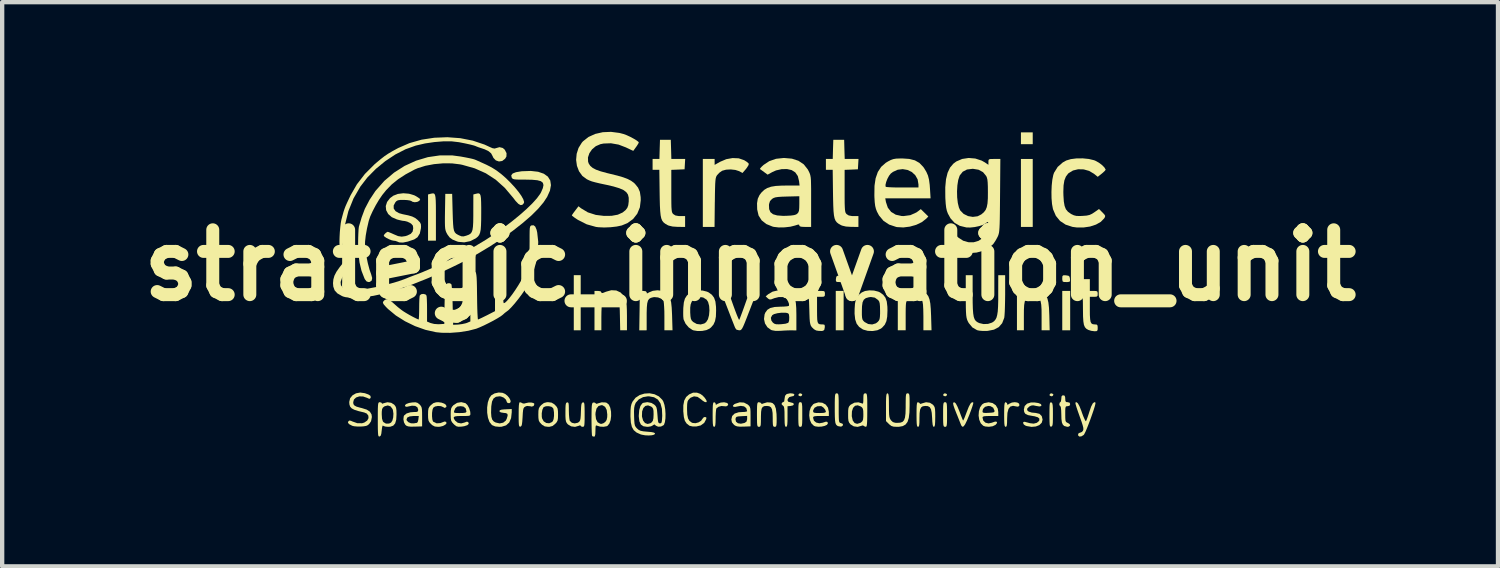
<source format=kicad_pcb>
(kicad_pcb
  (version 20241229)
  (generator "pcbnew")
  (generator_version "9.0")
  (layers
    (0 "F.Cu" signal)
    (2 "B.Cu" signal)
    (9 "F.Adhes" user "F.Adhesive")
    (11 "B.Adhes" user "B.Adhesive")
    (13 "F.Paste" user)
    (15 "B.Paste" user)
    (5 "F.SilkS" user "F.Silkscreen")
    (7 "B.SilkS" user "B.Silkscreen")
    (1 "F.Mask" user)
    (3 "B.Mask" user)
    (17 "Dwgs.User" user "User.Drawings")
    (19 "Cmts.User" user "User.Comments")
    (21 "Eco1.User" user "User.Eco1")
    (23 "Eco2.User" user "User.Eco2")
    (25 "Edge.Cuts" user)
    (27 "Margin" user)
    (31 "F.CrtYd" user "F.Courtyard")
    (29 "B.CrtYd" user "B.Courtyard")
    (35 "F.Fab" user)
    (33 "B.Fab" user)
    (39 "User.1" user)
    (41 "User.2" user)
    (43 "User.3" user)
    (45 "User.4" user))
  (footprint "strategic_innovation_unit"
    (layer "F.Cu")
    (at 14.3 3.087)
    (property "Reference" "strategic_innovation_unit" (at 0 0 0) (layer "F.SilkS") (effects (font (size 1.5 1.5) (thickness 0.3))))
    (attr board_only exclude_from_pos_files exclude_from_bom)
    (fp_poly (pts (xy -3.918 0.866) (xy -3.918 1.503) (xy -3.998 1.503) (xy -4.078 1.503) (xy -4.078 0.866) (xy -4.078 0.228) (xy -3.998 0.228) (xy -3.918 0.228)) (stroke (width 0) (type solid)) (fill yes) (layer "F.SilkS"))
    (fp_poly (pts (xy 1.199 2.976) (xy 1.207 2.996) (xy 1.188 3.023) (xy 1.162 3.03) (xy 1.125 3.016) (xy 1.116 2.996) (xy 1.135 2.968) (xy 1.162 2.961)) (stroke (width 0) (type solid)) (fill yes) (layer "F.SilkS"))
    (fp_poly (pts (xy 2.164 1.048) (xy 2.164 1.503) (xy 2.073 1.503) (xy 1.982 1.503) (xy 1.982 1.048) (xy 1.982 0.592) (xy 2.073 0.592) (xy 2.164 0.592)) (stroke (width 0) (type solid)) (fill yes) (layer "F.SilkS"))
    (fp_poly (pts (xy 4.548 2.976) (xy 4.556 2.996) (xy 4.537 3.023) (xy 4.51 3.03) (xy 4.473 3.016) (xy 4.465 2.996) (xy 4.484 2.968) (xy 4.51 2.961)) (stroke (width 0) (type solid)) (fill yes) (layer "F.SilkS"))
    (fp_poly (pts (xy 6.538 -2.939) (xy 6.538 -2.802) (xy 6.401 -2.802) (xy 6.265 -2.802) (xy 6.265 -2.939) (xy 6.265 -3.075) (xy 6.401 -3.075) (xy 6.538 -3.075)) (stroke (width 0) (type solid)) (fill yes) (layer "F.SilkS"))
    (fp_poly (pts (xy 6.538 -1.674) (xy 6.538 -0.888) (xy 6.401 -0.888) (xy 6.265 -0.888) (xy 6.265 -1.674) (xy 6.265 -2.46) (xy 6.401 -2.46) (xy 6.538 -2.46)) (stroke (width 0) (type solid)) (fill yes) (layer "F.SilkS"))
    (fp_poly (pts (xy 7.008 2.976) (xy 7.016 2.996) (xy 6.997 3.023) (xy 6.971 3.03) (xy 6.934 3.016) (xy 6.925 2.996) (xy 6.944 2.968) (xy 6.971 2.961)) (stroke (width 0) (type solid)) (fill yes) (layer "F.SilkS"))
    (fp_poly (pts (xy 7.404 1.048) (xy 7.404 1.503) (xy 7.312 1.503) (xy 7.221 1.503) (xy 7.221 1.048) (xy 7.221 0.592) (xy 7.312 0.592) (xy 7.404 0.592)) (stroke (width 0) (type solid)) (fill yes) (layer "F.SilkS"))
    (fp_poly (pts (xy 2.127 0.243) (xy 2.151 0.265) (xy 2.16 0.313) (xy 2.162 0.36) (xy 2.148 0.381) (xy 2.105 0.387) (xy 2.073 0.387) (xy 2.014 0.385) (xy 1.988 0.372) (xy 1.984 0.339) (xy 1.986 0.313) (xy 1.995 0.263) (xy 2.02 0.243) (xy 2.073 0.239)) (stroke (width 0) (type solid)) (fill yes) (layer "F.SilkS"))
    (fp_poly (pts (xy -7.302 -1.653) (xy -7.287 -1.626) (xy -7.277 -1.576) (xy -7.271 -1.499) (xy -7.268 -1.39) (xy -7.267 -1.245) (xy -7.267 -1.106) (xy -7.267 -0.57) (xy -7.358 -0.57) (xy -7.449 -0.57) (xy -7.449 -1.104) (xy -7.449 -1.639) (xy -7.392 -1.654) (xy -7.354 -1.662) (xy -7.324 -1.664)) (stroke (width 0) (type solid)) (fill yes) (layer "F.SilkS"))
    (fp_poly (pts (xy 7.307 0.232) (xy 7.364 0.241) (xy 7.389 0.263) (xy 7.399 0.311) (xy 7.399 0.313) (xy 7.401 0.36) (xy 7.387 0.381) (xy 7.344 0.387) (xy 7.314 0.387) (xy 7.255 0.385) (xy 7.229 0.371) (xy 7.222 0.332) (xy 7.221 0.306) (xy 7.224 0.253) (xy 7.241 0.232) (xy 7.285 0.23)) (stroke (width 0) (type solid)) (fill yes) (layer "F.SilkS"))
    (fp_poly (pts (xy 1.181 3.169) (xy 1.194 3.182) (xy 1.201 3.212) (xy 1.206 3.267) (xy 1.207 3.355) (xy 1.207 3.451) (xy 1.207 3.569) (xy 1.205 3.649) (xy 1.2 3.699) (xy 1.191 3.725) (xy 1.177 3.735) (xy 1.162 3.736) (xy 1.143 3.733) (xy 1.13 3.721) (xy 1.122 3.69) (xy 1.118 3.635) (xy 1.116 3.548) (xy 1.116 3.451) (xy 1.117 3.333) (xy 1.119 3.253) (xy 1.124 3.204) (xy 1.132 3.178) (xy 1.146 3.168) (xy 1.162 3.166)) (stroke (width 0) (type solid)) (fill yes) (layer "F.SilkS"))
    (fp_poly (pts (xy 4.529 3.169) (xy 4.542 3.182) (xy 4.55 3.212) (xy 4.554 3.267) (xy 4.556 3.355) (xy 4.556 3.451) (xy 4.556 3.569) (xy 4.554 3.649) (xy 4.549 3.699) (xy 4.54 3.725) (xy 4.526 3.735) (xy 4.51 3.736) (xy 4.492 3.733) (xy 4.479 3.721) (xy 4.471 3.69) (xy 4.467 3.635) (xy 4.465 3.548) (xy 4.465 3.451) (xy 4.465 3.333) (xy 4.467 3.253) (xy 4.472 3.204) (xy 4.481 3.178) (xy 4.495 3.168) (xy 4.51 3.166)) (stroke (width 0) (type solid)) (fill yes) (layer "F.SilkS"))
    (fp_poly (pts (xy 6.965 3.171) (xy 6.982 3.179) (xy 6.993 3.2) (xy 7 3.241) (xy 7.004 3.311) (xy 7.005 3.417) (xy 7.005 3.451) (xy 7.004 3.568) (xy 7.002 3.646) (xy 6.996 3.694) (xy 6.985 3.72) (xy 6.97 3.73) (xy 6.965 3.732) (xy 6.949 3.731) (xy 6.937 3.717) (xy 6.93 3.683) (xy 6.927 3.622) (xy 6.925 3.526) (xy 6.925 3.451) (xy 6.926 3.332) (xy 6.928 3.251) (xy 6.933 3.202) (xy 6.941 3.177) (xy 6.955 3.17)) (stroke (width 0) (type solid)) (fill yes) (layer "F.SilkS"))
    (fp_poly (pts (xy 2.022 2.964) (xy 2.035 2.975) (xy 2.043 3.002) (xy 2.047 3.052) (xy 2.05 3.131) (xy 2.05 3.246) (xy 2.05 3.302) (xy 2.05 3.432) (xy 2.052 3.525) (xy 2.055 3.585) (xy 2.062 3.621) (xy 2.073 3.639) (xy 2.089 3.647) (xy 2.101 3.649) (xy 2.144 3.668) (xy 2.15 3.698) (xy 2.122 3.725) (xy 2.095 3.731) (xy 2.029 3.719) (xy 1.998 3.695) (xy 1.983 3.672) (xy 1.972 3.638) (xy 1.965 3.583) (xy 1.961 3.503) (xy 1.959 3.388) (xy 1.959 3.307) (xy 1.959 3.175) (xy 1.961 3.081) (xy 1.964 3.02) (xy 1.971 2.984) (xy 1.981 2.967) (xy 1.996 2.962) (xy 2.005 2.961)) (stroke (width 0) (type solid)) (fill yes) (layer "F.SilkS"))
    (fp_poly (pts (xy 6.181 3.174) (xy 6.221 3.198) (xy 6.231 3.235) (xy 6.228 3.243) (xy 6.202 3.27) (xy 6.165 3.266) (xy 6.081 3.25) (xy 6.019 3.268) (xy 5.977 3.322) (xy 5.953 3.414) (xy 5.946 3.545) (xy 5.944 3.641) (xy 5.939 3.7) (xy 5.928 3.729) (xy 5.911 3.736) (xy 5.897 3.729) (xy 5.887 3.705) (xy 5.881 3.655) (xy 5.878 3.574) (xy 5.877 3.454) (xy 5.877 3.451) (xy 5.878 3.331) (xy 5.881 3.249) (xy 5.887 3.199) (xy 5.897 3.173) (xy 5.911 3.166) (xy 5.911 3.166) (xy 5.941 3.185) (xy 5.946 3.202) (xy 5.95 3.225) (xy 5.97 3.219) (xy 5.996 3.202) (xy 6.057 3.174) (xy 6.123 3.166)) (stroke (width 0) (type solid)) (fill yes) (layer "F.SilkS"))
    (fp_poly (pts (xy -5.281 3.181) (xy -5.272 3.189) (xy -5.23 3.199) (xy -5.18 3.186) (xy -5.123 3.174) (xy -5.061 3.174) (xy -5.011 3.185) (xy -4.989 3.205) (xy -4.989 3.207) (xy -5.007 3.254) (xy -5.052 3.268) (xy -5.084 3.26) (xy -5.159 3.253) (xy -5.196 3.266) (xy -5.222 3.282) (xy -5.239 3.306) (xy -5.25 3.348) (xy -5.257 3.417) (xy -5.262 3.509) (xy -5.269 3.611) (xy -5.277 3.677) (xy -5.288 3.713) (xy -5.305 3.729) (xy -5.313 3.732) (xy -5.33 3.731) (xy -5.341 3.717) (xy -5.348 3.683) (xy -5.352 3.621) (xy -5.353 3.525) (xy -5.353 3.453) (xy -5.352 3.328) (xy -5.348 3.243) (xy -5.341 3.192) (xy -5.331 3.169) (xy -5.324 3.166)) (stroke (width 0) (type solid)) (fill yes) (layer "F.SilkS"))
    (fp_poly (pts (xy 5.164 3.174) (xy 5.161 3.199) (xy 5.144 3.258) (xy 5.115 3.342) (xy 5.077 3.444) (xy 5.07 3.462) (xy 5.017 3.59) (xy 4.975 3.676) (xy 4.941 3.724) (xy 4.913 3.735) (xy 4.89 3.712) (xy 4.877 3.685) (xy 4.86 3.642) (xy 4.831 3.569) (xy 4.795 3.478) (xy 4.775 3.43) (xy 4.731 3.318) (xy 4.705 3.241) (xy 4.696 3.195) (xy 4.703 3.173) (xy 4.725 3.17) (xy 4.73 3.17) (xy 4.759 3.197) (xy 4.795 3.264) (xy 4.839 3.369) (xy 4.843 3.379) (xy 4.876 3.468) (xy 4.904 3.539) (xy 4.922 3.582) (xy 4.927 3.591) (xy 4.938 3.575) (xy 4.961 3.525) (xy 4.99 3.449) (xy 5.011 3.393) (xy 5.058 3.274) (xy 5.099 3.198) (xy 5.134 3.166)) (stroke (width 0) (type solid)) (fill yes) (layer "F.SilkS"))
    (fp_poly (pts (xy -0.802 3.185) (xy -0.797 3.202) (xy -0.793 3.225) (xy -0.773 3.219) (xy -0.747 3.202) (xy -0.679 3.175) (xy -0.6 3.168) (xy -0.532 3.184) (xy -0.525 3.188) (xy -0.506 3.217) (xy -0.519 3.245) (xy -0.554 3.263) (xy -0.6 3.259) (xy -0.662 3.254) (xy -0.729 3.272) (xy -0.777 3.307) (xy -0.779 3.31) (xy -0.787 3.344) (xy -0.793 3.411) (xy -0.797 3.5) (xy -0.797 3.537) (xy -0.799 3.635) (xy -0.804 3.696) (xy -0.814 3.727) (xy -0.83 3.736) (xy -0.831 3.736) (xy -0.846 3.729) (xy -0.856 3.705) (xy -0.862 3.655) (xy -0.865 3.574) (xy -0.866 3.454) (xy -0.866 3.451) (xy -0.865 3.331) (xy -0.862 3.249) (xy -0.856 3.199) (xy -0.846 3.173) (xy -0.832 3.166) (xy -0.831 3.166)) (stroke (width 0) (type solid)) (fill yes) (layer "F.SilkS"))
    (fp_poly (pts (xy -0.263 -2.475) (xy -0.14 -2.433) (xy -0.137 -2.432) (xy -0.077 -2.394) (xy -0.037 -2.359) (xy -0.029 -2.345) (xy -0.04 -2.31) (xy -0.074 -2.257) (xy -0.099 -2.224) (xy -0.175 -2.136) (xy -0.253 -2.178) (xy -0.34 -2.206) (xy -0.448 -2.218) (xy -0.556 -2.212) (xy -0.644 -2.188) (xy -0.647 -2.186) (xy -0.709 -2.143) (xy -0.761 -2.088) (xy -0.776 -2.066) (xy -0.787 -2.04) (xy -0.796 -2.004) (xy -0.802 -1.953) (xy -0.807 -1.88) (xy -0.81 -1.78) (xy -0.813 -1.647) (xy -0.815 -1.475) (xy -0.816 -1.456) (xy -0.822 -0.888) (xy -0.958 -0.888) (xy -1.093 -0.888) (xy -1.093 -1.674) (xy -1.093 -2.46) (xy -0.957 -2.46) (xy -0.82 -2.46) (xy -0.82 -2.392) (xy -0.82 -2.323) (xy -0.692 -2.395) (xy -0.551 -2.455) (xy -0.405 -2.481)) (stroke (width 0) (type solid)) (fill yes) (layer "F.SilkS"))
    (fp_poly (pts (xy -0.386 0.934) (xy -0.344 1.048) (xy -0.307 1.145) (xy -0.277 1.217) (xy -0.258 1.257) (xy -0.252 1.262) (xy -0.24 1.238) (xy -0.217 1.178) (xy -0.184 1.09) (xy -0.145 0.983) (xy -0.125 0.927) (xy -0.011 0.604) (xy 0.077 0.596) (xy 0.135 0.596) (xy 0.155 0.607) (xy 0.153 0.619) (xy 0.142 0.649) (xy 0.116 0.714) (xy 0.08 0.808) (xy 0.035 0.923) (xy -0.015 1.054) (xy -0.024 1.076) (xy -0.08 1.221) (xy -0.123 1.329) (xy -0.155 1.405) (xy -0.18 1.455) (xy -0.201 1.484) (xy -0.22 1.499) (xy -0.24 1.503) (xy -0.254 1.503) (xy -0.314 1.489) (xy -0.342 1.452) (xy -0.358 1.415) (xy -0.386 1.344) (xy -0.425 1.245) (xy -0.471 1.126) (xy -0.521 0.997) (xy -0.678 0.592) (xy -0.592 0.592) (xy -0.507 0.592)) (stroke (width 0) (type solid)) (fill yes) (layer "F.SilkS"))
    (fp_poly (pts (xy 6.686 0.589) (xy 6.742 0.61) (xy 6.801 0.65) (xy 6.846 0.701) (xy 6.878 0.768) (xy 6.9 0.859) (xy 6.914 0.982) (xy 6.921 1.141) (xy 6.922 1.167) (xy 6.93 1.503) (xy 6.837 1.503) (xy 6.743 1.503) (xy 6.743 1.176) (xy 6.742 1.024) (xy 6.735 0.913) (xy 6.721 0.835) (xy 6.697 0.784) (xy 6.66 0.756) (xy 6.607 0.743) (xy 6.538 0.74) (xy 6.467 0.743) (xy 6.414 0.757) (xy 6.377 0.786) (xy 6.354 0.837) (xy 6.34 0.917) (xy 6.334 1.03) (xy 6.333 1.176) (xy 6.333 1.503) (xy 6.253 1.503) (xy 6.173 1.503) (xy 6.173 1.048) (xy 6.173 0.592) (xy 6.253 0.592) (xy 6.312 0.6) (xy 6.333 0.623) (xy 6.333 0.627) (xy 6.337 0.649) (xy 6.359 0.644) (xy 6.387 0.626) (xy 6.476 0.59) (xy 6.583 0.577)) (stroke (width 0) (type solid)) (fill yes) (layer "F.SilkS"))
    (fp_poly (pts (xy -7.138 3.176) (xy -7.074 3.199) (xy -7.033 3.231) (xy -7.022 3.265) (xy -7.032 3.282) (xy -7.063 3.299) (xy -7.094 3.282) (xy -7.149 3.258) (xy -7.22 3.253) (xy -7.287 3.266) (xy -7.328 3.294) (xy -7.346 3.341) (xy -7.356 3.412) (xy -7.357 3.491) (xy -7.35 3.562) (xy -7.336 3.609) (xy -7.33 3.616) (xy -7.249 3.655) (xy -7.16 3.649) (xy -7.126 3.635) (xy -7.067 3.613) (xy -7.032 3.621) (xy -7.029 3.623) (xy -7.022 3.655) (xy -7.05 3.687) (xy -7.103 3.716) (xy -7.172 3.733) (xy -7.214 3.736) (xy -7.291 3.729) (xy -7.348 3.7) (xy -7.383 3.669) (xy -7.419 3.628) (xy -7.439 3.587) (xy -7.447 3.53) (xy -7.449 3.451) (xy -7.447 3.366) (xy -7.438 3.311) (xy -7.417 3.271) (xy -7.383 3.233) (xy -7.326 3.188) (xy -7.264 3.169) (xy -7.214 3.166)) (stroke (width 0) (type solid)) (fill yes) (layer "F.SilkS"))
    (fp_poly (pts (xy 1 2.968) (xy 1.024 2.988) (xy 1.025 2.996) (xy 1.006 3.023) (xy 0.973 3.03) (xy 0.908 3.047) (xy 0.871 3.093) (xy 0.866 3.124) (xy 0.882 3.155) (xy 0.936 3.17) (xy 0.94 3.171) (xy 0.996 3.186) (xy 1.014 3.212) (xy 0.993 3.24) (xy 0.94 3.253) (xy 0.866 3.26) (xy 0.866 3.498) (xy 0.865 3.607) (xy 0.861 3.678) (xy 0.853 3.718) (xy 0.84 3.734) (xy 0.831 3.736) (xy 0.816 3.729) (xy 0.806 3.702) (xy 0.8 3.647) (xy 0.798 3.559) (xy 0.797 3.499) (xy 0.796 3.388) (xy 0.791 3.315) (xy 0.783 3.272) (xy 0.768 3.252) (xy 0.763 3.249) (xy 0.733 3.219) (xy 0.729 3.201) (xy 0.747 3.171) (xy 0.763 3.166) (xy 0.789 3.148) (xy 0.797 3.091) (xy 0.809 3.018) (xy 0.847 2.977) (xy 0.919 2.962) (xy 0.939 2.961)) (stroke (width 0) (type solid)) (fill yes) (layer "F.SilkS"))
    (fp_poly (pts (xy -2.039 0.589) (xy -1.983 0.61) (xy -1.924 0.65) (xy -1.88 0.699) (xy -1.848 0.766) (xy -1.826 0.856) (xy -1.813 0.977) (xy -1.805 1.136) (xy -1.804 1.166) (xy -1.794 1.503) (xy -1.888 1.503) (xy -1.982 1.503) (xy -1.982 1.183) (xy -1.983 1.064) (xy -1.988 0.959) (xy -1.994 0.877) (xy -2.001 0.828) (xy -2.004 0.822) (xy -2.052 0.774) (xy -2.128 0.743) (xy -2.214 0.735) (xy -2.243 0.739) (xy -2.296 0.753) (xy -2.335 0.777) (xy -2.362 0.816) (xy -2.379 0.879) (xy -2.388 0.97) (xy -2.392 1.098) (xy -2.392 1.178) (xy -2.392 1.503) (xy -2.477 1.504) (xy -2.563 1.504) (xy -2.556 1.048) (xy -2.55 0.592) (xy -2.471 0.592) (xy -2.413 0.6) (xy -2.392 0.623) (xy -2.392 0.627) (xy -2.387 0.649) (xy -2.366 0.644) (xy -2.338 0.626) (xy -2.249 0.59) (xy -2.142 0.577)) (stroke (width 0) (type solid)) (fill yes) (layer "F.SilkS"))
    (fp_poly (pts (xy 3.934 0.588) (xy 4.018 0.613) (xy 4.036 0.623) (xy 4.086 0.664) (xy 4.123 0.716) (xy 4.15 0.787) (xy 4.169 0.883) (xy 4.18 1.01) (xy 4.187 1.167) (xy 4.197 1.503) (xy 4.103 1.503) (xy 4.009 1.503) (xy 4.009 1.179) (xy 4.006 1.022) (xy 4 0.91) (xy 3.989 0.841) (xy 3.98 0.818) (xy 3.91 0.759) (xy 3.824 0.732) (xy 3.736 0.738) (xy 3.661 0.78) (xy 3.655 0.785) (xy 3.633 0.809) (xy 3.618 0.834) (xy 3.608 0.87) (xy 3.603 0.923) (xy 3.6 1.003) (xy 3.599 1.117) (xy 3.599 1.172) (xy 3.599 1.503) (xy 3.508 1.503) (xy 3.417 1.503) (xy 3.417 1.048) (xy 3.417 0.592) (xy 3.508 0.592) (xy 3.571 0.598) (xy 3.597 0.616) (xy 3.599 0.627) (xy 3.605 0.647) (xy 3.628 0.642) (xy 3.66 0.622) (xy 3.736 0.593) (xy 3.833 0.582)) (stroke (width 0) (type solid)) (fill yes) (layer "F.SilkS"))
    (fp_poly (pts (xy 7.276 3.016) (xy 7.288 3.051) (xy 7.29 3.087) (xy 7.294 3.141) (xy 7.313 3.163) (xy 7.347 3.166) (xy 7.391 3.177) (xy 7.404 3.212) (xy 7.39 3.248) (xy 7.347 3.258) (xy 7.318 3.26) (xy 7.302 3.272) (xy 7.293 3.303) (xy 7.29 3.363) (xy 7.29 3.44) (xy 7.291 3.532) (xy 7.295 3.588) (xy 7.306 3.619) (xy 7.327 3.636) (xy 7.347 3.645) (xy 7.394 3.675) (xy 7.402 3.708) (xy 7.372 3.731) (xy 7.337 3.736) (xy 7.266 3.716) (xy 7.234 3.685) (xy 7.213 3.636) (xy 7.202 3.555) (xy 7.199 3.446) (xy 7.196 3.354) (xy 7.189 3.288) (xy 7.178 3.259) (xy 7.176 3.258) (xy 7.157 3.238) (xy 7.153 3.212) (xy 7.163 3.175) (xy 7.176 3.166) (xy 7.191 3.146) (xy 7.198 3.097) (xy 7.199 3.087) (xy 7.204 3.032) (xy 7.224 3.01) (xy 7.244 3.007)) (stroke (width 0) (type solid)) (fill yes) (layer "F.SilkS"))
    (fp_poly (pts (xy -3.095 0.582) (xy -2.996 0.628) (xy -2.918 0.711) (xy -2.892 0.759) (xy -2.874 0.806) (xy -2.861 0.861) (xy -2.854 0.932) (xy -2.85 1.03) (xy -2.848 1.163) (xy -2.848 1.179) (xy -2.848 1.503) (xy -2.926 1.503) (xy -3.004 1.503) (xy -3.011 1.171) (xy -3.014 1.042) (xy -3.018 0.95) (xy -3.023 0.888) (xy -3.032 0.847) (xy -3.046 0.82) (xy -3.066 0.798) (xy -3.082 0.784) (xy -3.161 0.741) (xy -3.248 0.731) (xy -3.33 0.752) (xy -3.394 0.802) (xy -3.415 0.835) (xy -3.425 0.88) (xy -3.433 0.961) (xy -3.438 1.07) (xy -3.44 1.196) (xy -3.44 1.197) (xy -3.44 1.503) (xy -3.52 1.503) (xy -3.599 1.503) (xy -3.599 1.048) (xy -3.599 0.592) (xy -3.52 0.592) (xy -3.46 0.6) (xy -3.44 0.625) (xy -3.44 0.625) (xy -3.432 0.642) (xy -3.404 0.639) (xy -3.345 0.616) (xy -3.334 0.611) (xy -3.209 0.576)) (stroke (width 0) (type solid)) (fill yes) (layer "F.SilkS"))
    (fp_poly (pts (xy 7.989 3.174) (xy 7.988 3.201) (xy 7.973 3.262) (xy 7.947 3.347) (xy 7.912 3.449) (xy 7.873 3.559) (xy 7.832 3.668) (xy 7.793 3.768) (xy 7.758 3.85) (xy 7.73 3.905) (xy 7.717 3.924) (xy 7.662 3.957) (xy 7.616 3.961) (xy 7.589 3.936) (xy 7.586 3.918) (xy 7.602 3.88) (xy 7.631 3.873) (xy 7.676 3.854) (xy 7.701 3.824) (xy 7.709 3.798) (xy 7.708 3.76) (xy 7.694 3.702) (xy 7.668 3.619) (xy 7.626 3.502) (xy 7.619 3.482) (xy 7.581 3.375) (xy 7.55 3.282) (xy 7.53 3.214) (xy 7.524 3.178) (xy 7.525 3.175) (xy 7.553 3.166) (xy 7.584 3.195) (xy 7.621 3.263) (xy 7.665 3.374) (xy 7.675 3.405) (xy 7.708 3.494) (xy 7.738 3.562) (xy 7.76 3.601) (xy 7.769 3.606) (xy 7.783 3.578) (xy 7.806 3.516) (xy 7.834 3.432) (xy 7.848 3.387) (xy 7.889 3.268) (xy 7.927 3.194) (xy 7.962 3.165)) (stroke (width 0) (type solid)) (fill yes) (layer "F.SilkS"))
    (fp_poly (pts (xy -1.827 -2.682) (xy -1.821 -2.46) (xy -1.661 -2.46) (xy -1.501 -2.46) (xy -1.508 -2.341) (xy -1.515 -2.221) (xy -1.669 -2.214) (xy -1.822 -2.208) (xy -1.822 -1.719) (xy -1.822 -1.557) (xy -1.821 -1.434) (xy -1.819 -1.345) (xy -1.814 -1.282) (xy -1.808 -1.24) (xy -1.798 -1.212) (xy -1.785 -1.193) (xy -1.777 -1.185) (xy -1.727 -1.153) (xy -1.654 -1.14) (xy -1.617 -1.139) (xy -1.503 -1.139) (xy -1.503 -1.014) (xy -1.503 -0.888) (xy -1.669 -0.889) (xy -1.792 -0.897) (xy -1.883 -0.919) (xy -1.914 -0.933) (xy -1.963 -0.962) (xy -2.002 -0.993) (xy -2.032 -1.032) (xy -2.054 -1.085) (xy -2.069 -1.157) (xy -2.079 -1.255) (xy -2.086 -1.383) (xy -2.09 -1.547) (xy -2.092 -1.669) (xy -2.099 -2.21) (xy -2.177 -2.21) (xy -2.255 -2.21) (xy -2.255 -2.335) (xy -2.255 -2.46) (xy -2.176 -2.46) (xy -2.097 -2.46) (xy -2.091 -2.682) (xy -2.084 -2.904) (xy -1.959 -2.904) (xy -1.834 -2.904)) (stroke (width 0) (type solid)) (fill yes) (layer "F.SilkS"))
    (fp_poly (pts (xy 2.182 -2.682) (xy 2.189 -2.46) (xy 2.348 -2.46) (xy 2.508 -2.46) (xy 2.501 -2.341) (xy 2.494 -2.221) (xy 2.341 -2.214) (xy 2.187 -2.208) (xy 2.187 -1.719) (xy 2.187 -1.557) (xy 2.188 -1.434) (xy 2.191 -1.345) (xy 2.195 -1.282) (xy 2.202 -1.24) (xy 2.211 -1.212) (xy 2.225 -1.193) (xy 2.232 -1.185) (xy 2.282 -1.153) (xy 2.355 -1.14) (xy 2.392 -1.139) (xy 2.506 -1.139) (xy 2.506 -1.014) (xy 2.506 -0.888) (xy 2.341 -0.889) (xy 2.217 -0.897) (xy 2.126 -0.919) (xy 2.096 -0.933) (xy 2.046 -0.962) (xy 2.007 -0.993) (xy 1.977 -1.032) (xy 1.955 -1.085) (xy 1.94 -1.157) (xy 1.93 -1.255) (xy 1.924 -1.383) (xy 1.92 -1.547) (xy 1.918 -1.669) (xy 1.911 -2.21) (xy 1.832 -2.21) (xy 1.754 -2.21) (xy 1.754 -2.335) (xy 1.754 -2.46) (xy 1.833 -2.46) (xy 1.912 -2.46) (xy 1.918 -2.682) (xy 1.925 -2.904) (xy 2.05 -2.904) (xy 2.176 -2.904)) (stroke (width 0) (type solid)) (fill yes) (layer "F.SilkS"))
    (fp_poly (pts (xy 3.917 3.182) (xy 3.923 3.193) (xy 3.941 3.207) (xy 3.98 3.193) (xy 4.07 3.167) (xy 4.159 3.179) (xy 4.227 3.222) (xy 4.252 3.251) (xy 4.269 3.283) (xy 4.278 3.329) (xy 4.282 3.399) (xy 4.283 3.503) (xy 4.283 3.507) (xy 4.281 3.615) (xy 4.277 3.685) (xy 4.268 3.722) (xy 4.254 3.736) (xy 4.251 3.736) (xy 4.234 3.725) (xy 4.223 3.686) (xy 4.215 3.615) (xy 4.211 3.532) (xy 4.202 3.411) (xy 4.185 3.33) (xy 4.156 3.281) (xy 4.111 3.257) (xy 4.051 3.253) (xy 3.994 3.261) (xy 3.956 3.288) (xy 3.932 3.34) (xy 3.921 3.424) (xy 3.918 3.535) (xy 3.917 3.634) (xy 3.912 3.695) (xy 3.902 3.727) (xy 3.885 3.736) (xy 3.884 3.736) (xy 3.87 3.729) (xy 3.86 3.705) (xy 3.854 3.655) (xy 3.851 3.574) (xy 3.85 3.454) (xy 3.85 3.451) (xy 3.851 3.329) (xy 3.854 3.247) (xy 3.86 3.196) (xy 3.87 3.172) (xy 3.882 3.166)) (stroke (width 0) (type solid)) (fill yes) (layer "F.SilkS"))
    (fp_poly (pts (xy 0.244 3.178) (xy 0.255 3.193) (xy 0.273 3.207) (xy 0.313 3.193) (xy 0.394 3.169) (xy 0.481 3.174) (xy 0.523 3.189) (xy 0.567 3.234) (xy 0.597 3.317) (xy 0.612 3.44) (xy 0.615 3.546) (xy 0.614 3.639) (xy 0.61 3.695) (xy 0.601 3.724) (xy 0.584 3.735) (xy 0.57 3.736) (xy 0.548 3.732) (xy 0.534 3.716) (xy 0.527 3.678) (xy 0.524 3.61) (xy 0.524 3.535) (xy 0.521 3.416) (xy 0.508 3.335) (xy 0.484 3.285) (xy 0.444 3.26) (xy 0.393 3.253) (xy 0.332 3.256) (xy 0.292 3.275) (xy 0.267 3.316) (xy 0.255 3.387) (xy 0.251 3.495) (xy 0.251 3.522) (xy 0.25 3.622) (xy 0.247 3.685) (xy 0.239 3.719) (xy 0.225 3.733) (xy 0.205 3.736) (xy 0.186 3.733) (xy 0.173 3.721) (xy 0.165 3.69) (xy 0.161 3.635) (xy 0.16 3.548) (xy 0.159 3.451) (xy 0.16 3.333) (xy 0.162 3.253) (xy 0.167 3.203) (xy 0.176 3.178) (xy 0.19 3.168) (xy 0.203 3.166)) (stroke (width 0) (type solid)) (fill yes) (layer "F.SilkS"))
    (fp_poly (pts (xy 5.609 3.186) (xy 5.683 3.236) (xy 5.729 3.315) (xy 5.741 3.393) (xy 5.741 3.485) (xy 5.558 3.485) (xy 5.466 3.487) (xy 5.41 3.492) (xy 5.383 3.504) (xy 5.376 3.521) (xy 5.395 3.593) (xy 5.445 3.64) (xy 5.515 3.657) (xy 5.597 3.64) (xy 5.61 3.634) (xy 5.67 3.614) (xy 5.707 3.62) (xy 5.713 3.647) (xy 5.681 3.687) (xy 5.675 3.692) (xy 5.61 3.723) (xy 5.524 3.735) (xy 5.439 3.728) (xy 5.393 3.711) (xy 5.336 3.655) (xy 5.301 3.573) (xy 5.286 3.476) (xy 5.293 3.377) (xy 5.293 3.377) (xy 5.376 3.377) (xy 5.381 3.4) (xy 5.403 3.412) (xy 5.452 3.415) (xy 5.519 3.412) (xy 5.596 3.407) (xy 5.638 3.399) (xy 5.654 3.383) (xy 5.653 3.36) (xy 5.623 3.293) (xy 5.561 3.258) (xy 5.509 3.253) (xy 5.435 3.273) (xy 5.388 3.323) (xy 5.376 3.377) (xy 5.293 3.377) (xy 5.319 3.287) (xy 5.366 3.219) (xy 5.413 3.188) (xy 5.517 3.168)) (stroke (width 0) (type solid)) (fill yes) (layer "F.SilkS"))
    (fp_poly (pts (xy 6.666 3.185) (xy 6.722 3.207) (xy 6.741 3.235) (xy 6.73 3.256) (xy 6.693 3.265) (xy 6.624 3.254) (xy 6.614 3.252) (xy 6.547 3.238) (xy 6.5 3.245) (xy 6.459 3.266) (xy 6.412 3.311) (xy 6.408 3.35) (xy 6.443 3.383) (xy 6.515 3.406) (xy 6.608 3.415) (xy 6.693 3.435) (xy 6.746 3.487) (xy 6.766 3.568) (xy 6.766 3.571) (xy 6.746 3.642) (xy 6.691 3.696) (xy 6.61 3.728) (xy 6.511 3.737) (xy 6.402 3.719) (xy 6.372 3.709) (xy 6.333 3.683) (xy 6.316 3.65) (xy 6.321 3.624) (xy 6.352 3.619) (xy 6.357 3.62) (xy 6.4 3.632) (xy 6.463 3.649) (xy 6.474 3.652) (xy 6.559 3.662) (xy 6.633 3.643) (xy 6.683 3.601) (xy 6.69 3.587) (xy 6.691 3.545) (xy 6.656 3.515) (xy 6.581 3.492) (xy 6.526 3.483) (xy 6.429 3.465) (xy 6.37 3.438) (xy 6.341 3.395) (xy 6.333 3.336) (xy 6.352 3.255) (xy 6.407 3.2) (xy 6.494 3.173) (xy 6.579 3.172)) (stroke (width 0) (type solid)) (fill yes) (layer "F.SilkS"))
    (fp_poly (pts (xy -4.592 3.176) (xy -4.531 3.212) (xy -4.509 3.233) (xy -4.472 3.274) (xy -4.452 3.315) (xy -4.444 3.372) (xy -4.442 3.451) (xy -4.444 3.536) (xy -4.453 3.591) (xy -4.475 3.632) (xy -4.509 3.669) (xy -4.57 3.717) (xy -4.639 3.735) (xy -4.67 3.736) (xy -4.748 3.726) (xy -4.809 3.69) (xy -4.831 3.669) (xy -4.868 3.628) (xy -4.888 3.587) (xy -4.896 3.53) (xy -4.898 3.451) (xy -4.897 3.422) (xy -4.819 3.422) (xy -4.818 3.505) (xy -4.811 3.542) (xy -4.774 3.609) (xy -4.714 3.647) (xy -4.646 3.654) (xy -4.583 3.626) (xy -4.562 3.604) (xy -4.544 3.556) (xy -4.535 3.482) (xy -4.536 3.4) (xy -4.547 3.329) (xy -4.557 3.302) (xy -4.595 3.272) (xy -4.657 3.258) (xy -4.722 3.26) (xy -4.772 3.279) (xy -4.779 3.286) (xy -4.805 3.342) (xy -4.819 3.422) (xy -4.897 3.422) (xy -4.896 3.366) (xy -4.886 3.311) (xy -4.865 3.271) (xy -4.831 3.233) (xy -4.77 3.185) (xy -4.701 3.167) (xy -4.67 3.166)) (stroke (width 0) (type solid)) (fill yes) (layer "F.SilkS"))
    (fp_poly (pts (xy -1.228 2.946) (xy -1.153 2.973) (xy -1.1 3.01) (xy -1.049 3.064) (xy -1.012 3.119) (xy -1.002 3.153) (xy -1.017 3.168) (xy -1.055 3.158) (xy -1.105 3.125) (xy -1.136 3.098) (xy -1.215 3.043) (xy -1.297 3.031) (xy -1.375 3.062) (xy -1.402 3.086) (xy -1.43 3.118) (xy -1.447 3.154) (xy -1.455 3.207) (xy -1.458 3.288) (xy -1.458 3.331) (xy -1.453 3.455) (xy -1.435 3.542) (xy -1.401 3.6) (xy -1.349 3.638) (xy -1.329 3.646) (xy -1.263 3.652) (xy -1.192 3.633) (xy -1.132 3.595) (xy -1.106 3.556) (xy -1.074 3.517) (xy -1.045 3.508) (xy -1.013 3.517) (xy -1.012 3.55) (xy -1.015 3.559) (xy -1.062 3.646) (xy -1.143 3.704) (xy -1.245 3.728) (xy -1.331 3.727) (xy -1.398 3.712) (xy -1.407 3.707) (xy -1.467 3.66) (xy -1.508 3.598) (xy -1.532 3.509) (xy -1.544 3.385) (xy -1.545 3.384) (xy -1.544 3.238) (xy -1.523 3.127) (xy -1.479 3.046) (xy -1.41 2.986) (xy -1.408 2.985) (xy -1.317 2.945)) (stroke (width 0) (type solid)) (fill yes) (layer "F.SilkS"))
    (fp_poly (pts (xy -0.141 3.175) (xy -0.054 3.22) (xy -0.053 3.221) (xy -0.023 3.249) (xy -0.005 3.277) (xy 0.006 3.316) (xy 0.01 3.378) (xy 0.011 3.471) (xy 0.011 3.5) (xy 0.011 3.725) (xy -0.15 3.731) (xy -0.241 3.732) (xy -0.302 3.725) (xy -0.346 3.708) (xy -0.372 3.689) (xy -0.42 3.633) (xy -0.433 3.565) (xy -0.432 3.56) (xy -0.338 3.56) (xy -0.326 3.617) (xy -0.281 3.653) (xy -0.212 3.664) (xy -0.128 3.646) (xy -0.127 3.645) (xy -0.083 3.616) (xy -0.069 3.566) (xy -0.068 3.553) (xy -0.068 3.483) (xy -0.199 3.49) (xy -0.273 3.495) (xy -0.313 3.505) (xy -0.331 3.526) (xy -0.338 3.56) (xy -0.432 3.56) (xy -0.414 3.485) (xy -0.357 3.429) (xy -0.264 3.399) (xy -0.191 3.394) (xy -0.123 3.391) (xy -0.079 3.382) (xy -0.068 3.373) (xy -0.087 3.305) (xy -0.138 3.263) (xy -0.214 3.251) (xy -0.283 3.263) (xy -0.35 3.276) (xy -0.391 3.268) (xy -0.398 3.247) (xy -0.368 3.215) (xy -0.345 3.203) (xy -0.241 3.169)) (stroke (width 0) (type solid)) (fill yes) (layer "F.SilkS"))
    (fp_poly (pts (xy 5.148 0.684) (xy 5.149 0.865) (xy 5.153 1.007) (xy 5.161 1.114) (xy 5.174 1.193) (xy 5.194 1.249) (xy 5.222 1.288) (xy 5.26 1.316) (xy 5.301 1.336) (xy 5.4 1.359) (xy 5.504 1.355) (xy 5.597 1.325) (xy 5.643 1.294) (xy 5.674 1.258) (xy 5.699 1.212) (xy 5.716 1.15) (xy 5.729 1.067) (xy 5.736 0.955) (xy 5.74 0.81) (xy 5.74 0.655) (xy 5.741 0.228) (xy 5.82 0.228) (xy 5.9 0.228) (xy 5.9 0.678) (xy 5.898 0.823) (xy 5.895 0.958) (xy 5.891 1.074) (xy 5.885 1.163) (xy 5.879 1.216) (xy 5.878 1.217) (xy 5.831 1.339) (xy 5.753 1.429) (xy 5.642 1.488) (xy 5.498 1.516) (xy 5.471 1.518) (xy 5.381 1.518) (xy 5.299 1.511) (xy 5.251 1.5) (xy 5.141 1.436) (xy 5.057 1.334) (xy 5.032 1.287) (xy 5.018 1.251) (xy 5.007 1.209) (xy 4.999 1.154) (xy 4.994 1.079) (xy 4.991 0.978) (xy 4.99 0.843) (xy 4.989 0.712) (xy 4.989 0.228) (xy 5.069 0.228) (xy 5.148 0.228)) (stroke (width 0) (type solid)) (fill yes) (layer "F.SilkS"))
    (fp_poly (pts (xy 3.664 2.964) (xy 3.677 2.977) (xy 3.685 3.008) (xy 3.689 3.065) (xy 3.69 3.154) (xy 3.69 3.236) (xy 3.686 3.403) (xy 3.671 3.53) (xy 3.642 3.622) (xy 3.596 3.683) (xy 3.532 3.719) (xy 3.445 3.735) (xy 3.399 3.736) (xy 3.32 3.732) (xy 3.268 3.716) (xy 3.221 3.68) (xy 3.21 3.669) (xy 3.144 3.603) (xy 3.144 3.282) (xy 3.144 3.153) (xy 3.147 3.063) (xy 3.152 3.006) (xy 3.16 2.974) (xy 3.172 2.962) (xy 3.178 2.961) (xy 3.192 2.968) (xy 3.202 2.993) (xy 3.208 3.043) (xy 3.211 3.125) (xy 3.212 3.243) (xy 3.213 3.364) (xy 3.216 3.448) (xy 3.223 3.506) (xy 3.235 3.545) (xy 3.253 3.576) (xy 3.259 3.585) (xy 3.303 3.626) (xy 3.359 3.643) (xy 3.402 3.644) (xy 3.473 3.64) (xy 3.525 3.622) (xy 3.56 3.585) (xy 3.583 3.522) (xy 3.595 3.429) (xy 3.599 3.299) (xy 3.599 3.236) (xy 3.6 3.121) (xy 3.602 3.043) (xy 3.607 2.996) (xy 3.616 2.971) (xy 3.631 2.962) (xy 3.645 2.961)) (stroke (width 0) (type solid)) (fill yes) (layer "F.SilkS"))
    (fp_poly (pts (xy -3.85 3.171) (xy -3.839 3.185) (xy -3.832 3.219) (xy -3.829 3.281) (xy -3.827 3.377) (xy -3.827 3.45) (xy -3.827 3.568) (xy -3.83 3.649) (xy -3.834 3.698) (xy -3.843 3.724) (xy -3.857 3.734) (xy -3.873 3.736) (xy -3.91 3.726) (xy -3.918 3.712) (xy -3.932 3.7) (xy -3.962 3.712) (xy -4.049 3.737) (xy -4.138 3.725) (xy -4.212 3.681) (xy -4.216 3.677) (xy -4.242 3.646) (xy -4.258 3.611) (xy -4.267 3.562) (xy -4.271 3.488) (xy -4.271 3.399) (xy -4.27 3.296) (xy -4.266 3.23) (xy -4.258 3.192) (xy -4.244 3.175) (xy -4.231 3.171) (xy -4.212 3.172) (xy -4.2 3.189) (xy -4.194 3.231) (xy -4.192 3.306) (xy -4.192 3.36) (xy -4.189 3.455) (xy -4.182 3.536) (xy -4.173 3.589) (xy -4.169 3.598) (xy -4.123 3.642) (xy -4.056 3.657) (xy -3.987 3.642) (xy -3.974 3.635) (xy -3.948 3.614) (xy -3.932 3.586) (xy -3.922 3.541) (xy -3.916 3.468) (xy -3.913 3.389) (xy -3.909 3.288) (xy -3.903 3.224) (xy -3.892 3.189) (xy -3.876 3.173) (xy -3.867 3.171)) (stroke (width 0) (type solid)) (fill yes) (layer "F.SilkS"))
    (fp_poly (pts (xy 1.672 3.179) (xy 1.749 3.221) (xy 1.802 3.293) (xy 1.822 3.389) (xy 1.822 3.393) (xy 1.822 3.485) (xy 1.64 3.485) (xy 1.549 3.486) (xy 1.495 3.491) (xy 1.467 3.501) (xy 1.458 3.519) (xy 1.458 3.529) (xy 1.477 3.594) (xy 1.529 3.637) (xy 1.601 3.654) (xy 1.684 3.64) (xy 1.694 3.636) (xy 1.757 3.616) (xy 1.79 3.623) (xy 1.8 3.656) (xy 1.779 3.689) (xy 1.727 3.714) (xy 1.655 3.73) (xy 1.578 3.734) (xy 1.508 3.725) (xy 1.475 3.711) (xy 1.417 3.654) (xy 1.381 3.569) (xy 1.368 3.471) (xy 1.376 3.373) (xy 1.458 3.373) (xy 1.463 3.397) (xy 1.485 3.41) (xy 1.533 3.416) (xy 1.606 3.417) (xy 1.691 3.414) (xy 1.738 3.405) (xy 1.754 3.388) (xy 1.754 3.385) (xy 1.737 3.339) (xy 1.697 3.29) (xy 1.652 3.259) (xy 1.64 3.256) (xy 1.553 3.261) (xy 1.491 3.295) (xy 1.46 3.352) (xy 1.458 3.373) (xy 1.376 3.373) (xy 1.376 3.371) (xy 1.406 3.282) (xy 1.458 3.216) (xy 1.482 3.2) (xy 1.58 3.17)) (stroke (width 0) (type solid)) (fill yes) (layer "F.SilkS"))
    (fp_poly (pts (xy -7.695 3.18) (xy -7.653 3.211) (xy -7.644 3.22) (xy -7.617 3.25) (xy -7.6 3.282) (xy -7.591 3.326) (xy -7.587 3.395) (xy -7.586 3.497) (xy -7.586 3.502) (xy -7.586 3.726) (xy -7.757 3.731) (xy -7.849 3.732) (xy -7.908 3.726) (xy -7.947 3.712) (xy -7.973 3.691) (xy -8.005 3.634) (xy -8.018 3.566) (xy -7.947 3.566) (xy -7.942 3.588) (xy -7.906 3.628) (xy -7.845 3.654) (xy -7.781 3.656) (xy -7.779 3.656) (xy -7.729 3.647) (xy -7.708 3.645) (xy -7.688 3.625) (xy -7.674 3.575) (xy -7.673 3.565) (xy -7.663 3.485) (xy -7.781 3.485) (xy -7.874 3.495) (xy -7.93 3.522) (xy -7.947 3.566) (xy -8.018 3.566) (xy -8.019 3.561) (xy -8.011 3.493) (xy -8.001 3.472) (xy -7.946 3.427) (xy -7.858 3.4) (xy -7.781 3.394) (xy -7.717 3.392) (xy -7.687 3.381) (xy -7.677 3.354) (xy -7.677 3.337) (xy -7.696 3.283) (xy -7.747 3.252) (xy -7.821 3.247) (xy -7.876 3.259) (xy -7.942 3.273) (xy -7.976 3.264) (xy -7.983 3.235) (xy -7.951 3.207) (xy -7.889 3.184) (xy -7.815 3.172) (xy -7.742 3.168)) (stroke (width 0) (type solid)) (fill yes) (layer "F.SilkS"))
    (fp_poly (pts (xy 7.859 0.456) (xy 7.859 0.592) (xy 7.95 0.592) (xy 8.009 0.595) (xy 8.035 0.61) (xy 8.041 0.646) (xy 8.041 0.661) (xy 8.038 0.704) (xy 8.018 0.724) (xy 7.97 0.729) (xy 7.95 0.729) (xy 7.859 0.729) (xy 7.859 1.021) (xy 7.86 1.153) (xy 7.866 1.247) (xy 7.877 1.309) (xy 7.897 1.345) (xy 7.927 1.362) (xy 7.971 1.367) (xy 7.978 1.367) (xy 8.021 1.372) (xy 8.038 1.396) (xy 8.041 1.447) (xy 8.038 1.5) (xy 8.018 1.522) (xy 7.97 1.525) (xy 7.967 1.525) (xy 7.89 1.515) (xy 7.824 1.494) (xy 7.779 1.468) (xy 7.745 1.431) (xy 7.722 1.376) (xy 7.709 1.296) (xy 7.702 1.185) (xy 7.7 1.035) (xy 7.699 0.912) (xy 7.698 0.827) (xy 7.693 0.774) (xy 7.685 0.744) (xy 7.673 0.732) (xy 7.655 0.729) (xy 7.654 0.729) (xy 7.621 0.718) (xy 7.609 0.678) (xy 7.609 0.661) (xy 7.616 0.611) (xy 7.642 0.593) (xy 7.654 0.592) (xy 7.68 0.587) (xy 7.693 0.565) (xy 7.699 0.516) (xy 7.7 0.456) (xy 7.7 0.319) (xy 7.779 0.319) (xy 7.859 0.319)) (stroke (width 0) (type solid)) (fill yes) (layer "F.SilkS"))
    (fp_poly (pts (xy -8.911 2.958) (xy -8.911 2.958) (xy -8.828 2.988) (xy -8.784 3.017) (xy -8.774 3.049) (xy -8.778 3.062) (xy -8.792 3.086) (xy -8.817 3.085) (xy -8.86 3.065) (xy -8.951 3.034) (xy -9.039 3.032) (xy -9.113 3.057) (xy -9.163 3.104) (xy -9.18 3.167) (xy -9.175 3.211) (xy -9.151 3.243) (xy -9.103 3.269) (xy -9.02 3.293) (xy -8.981 3.302) (xy -8.867 3.338) (xy -8.794 3.386) (xy -8.756 3.449) (xy -8.748 3.509) (xy -8.767 3.606) (xy -8.802 3.659) (xy -8.838 3.695) (xy -8.881 3.715) (xy -8.944 3.725) (xy -9.001 3.729) (xy -9.087 3.729) (xy -9.162 3.722) (xy -9.202 3.712) (xy -9.273 3.675) (xy -9.302 3.642) (xy -9.292 3.608) (xy -9.267 3.59) (xy -9.23 3.597) (xy -9.207 3.609) (xy -9.085 3.652) (xy -8.975 3.653) (xy -8.923 3.637) (xy -8.857 3.592) (xy -8.826 3.535) (xy -8.83 3.477) (xy -8.867 3.429) (xy -8.925 3.404) (xy -9.058 3.372) (xy -9.153 3.342) (xy -9.215 3.309) (xy -9.251 3.269) (xy -9.268 3.217) (xy -9.272 3.16) (xy -9.251 3.074) (xy -9.196 3.007) (xy -9.115 2.961) (xy -9.017 2.943)) (stroke (width 0) (type solid)) (fill yes) (layer "F.SilkS"))
    (fp_poly (pts (xy -6.271 -1.663) (xy -6.249 -1.648) (xy -6.234 -1.613) (xy -6.225 -1.553) (xy -6.221 -1.461) (xy -6.219 -1.334) (xy -6.219 -1.218) (xy -6.22 -1.051) (xy -6.224 -0.923) (xy -6.231 -0.826) (xy -6.245 -0.756) (xy -6.266 -0.704) (xy -6.295 -0.665) (xy -6.334 -0.632) (xy -6.35 -0.621) (xy -6.476 -0.558) (xy -6.612 -0.531) (xy -6.746 -0.543) (xy -6.777 -0.552) (xy -6.878 -0.593) (xy -6.947 -0.642) (xy -6.998 -0.709) (xy -7.011 -0.732) (xy -7.03 -0.769) (xy -7.043 -0.806) (xy -7.052 -0.849) (xy -7.057 -0.908) (xy -7.059 -0.99) (xy -7.059 -1.102) (xy -7.057 -1.24) (xy -7.05 -1.652) (xy -6.971 -1.652) (xy -6.891 -1.652) (xy -6.88 -1.228) (xy -6.875 -1.07) (xy -6.869 -0.951) (xy -6.861 -0.864) (xy -6.848 -0.803) (xy -6.829 -0.762) (xy -6.801 -0.732) (xy -6.763 -0.709) (xy -6.729 -0.692) (xy -6.675 -0.671) (xy -6.627 -0.669) (xy -6.563 -0.686) (xy -6.556 -0.689) (xy -6.505 -0.708) (xy -6.467 -0.732) (xy -6.44 -0.767) (xy -6.421 -0.819) (xy -6.41 -0.895) (xy -6.404 -1) (xy -6.402 -1.142) (xy -6.402 -1.235) (xy -6.401 -1.639) (xy -6.344 -1.654) (xy -6.302 -1.663)) (stroke (width 0) (type solid)) (fill yes) (layer "F.SilkS"))
    (fp_poly (pts (xy 1.544 0.461) (xy 1.551 0.592) (xy 1.641 0.592) (xy 1.699 0.595) (xy 1.725 0.61) (xy 1.731 0.647) (xy 1.731 0.661) (xy 1.728 0.704) (xy 1.708 0.724) (xy 1.66 0.729) (xy 1.64 0.729) (xy 1.549 0.729) (xy 1.549 1.034) (xy 1.55 1.163) (xy 1.553 1.254) (xy 1.562 1.312) (xy 1.579 1.346) (xy 1.607 1.362) (xy 1.648 1.367) (xy 1.678 1.367) (xy 1.716 1.372) (xy 1.729 1.398) (xy 1.727 1.441) (xy 1.716 1.493) (xy 1.688 1.514) (xy 1.652 1.519) (xy 1.581 1.516) (xy 1.528 1.507) (xy 1.477 1.478) (xy 1.427 1.429) (xy 1.426 1.427) (xy 1.406 1.397) (xy 1.393 1.359) (xy 1.383 1.307) (xy 1.377 1.231) (xy 1.373 1.123) (xy 1.371 1.046) (xy 1.367 0.92) (xy 1.364 0.833) (xy 1.358 0.777) (xy 1.349 0.746) (xy 1.337 0.732) (xy 1.32 0.729) (xy 1.32 0.729) (xy 1.287 0.717) (xy 1.276 0.675) (xy 1.276 0.661) (xy 1.283 0.61) (xy 1.31 0.593) (xy 1.32 0.592) (xy 1.346 0.586) (xy 1.361 0.56) (xy 1.369 0.505) (xy 1.371 0.461) (xy 1.378 0.33) (xy 1.458 0.33) (xy 1.538 0.33)) (stroke (width 0) (type solid)) (fill yes) (layer "F.SilkS"))
    (fp_poly (pts (xy -5.726 2.949) (xy -5.666 2.975) (xy -5.611 3.019) (xy -5.569 3.07) (xy -5.543 3.121) (xy -5.538 3.162) (xy -5.561 3.186) (xy -5.581 3.189) (xy -5.618 3.177) (xy -5.627 3.159) (xy -5.647 3.107) (xy -5.697 3.061) (xy -5.763 3.034) (xy -5.796 3.03) (xy -5.878 3.041) (xy -5.934 3.08) (xy -5.969 3.151) (xy -5.986 3.259) (xy -5.987 3.277) (xy -5.991 3.409) (xy -5.984 3.503) (xy -5.965 3.568) (xy -5.93 3.611) (xy -5.885 3.636) (xy -5.793 3.657) (xy -5.711 3.64) (xy -5.65 3.591) (xy -5.629 3.549) (xy -5.608 3.478) (xy -5.612 3.438) (xy -5.646 3.419) (xy -5.701 3.413) (xy -5.768 3.402) (xy -5.796 3.38) (xy -5.798 3.371) (xy -5.786 3.351) (xy -5.745 3.338) (xy -5.668 3.331) (xy -5.655 3.331) (xy -5.513 3.324) (xy -5.513 3.399) (xy -5.528 3.535) (xy -5.571 3.636) (xy -5.644 3.702) (xy -5.746 3.733) (xy -5.798 3.736) (xy -5.894 3.727) (xy -5.963 3.699) (xy -5.976 3.689) (xy -6.028 3.623) (xy -6.063 3.526) (xy -6.081 3.41) (xy -6.082 3.288) (xy -6.066 3.171) (xy -6.032 3.072) (xy -5.986 3.007) (xy -5.911 2.963) (xy -5.816 2.942)) (stroke (width 0) (type solid)) (fill yes) (layer "F.SilkS"))
    (fp_poly (pts (xy -6.586 3.188) (xy -6.58 3.191) (xy -6.536 3.235) (xy -6.497 3.306) (xy -6.473 3.386) (xy -6.47 3.428) (xy -6.471 3.456) (xy -6.482 3.473) (xy -6.512 3.482) (xy -6.569 3.485) (xy -6.662 3.485) (xy -6.663 3.485) (xy -6.766 3.487) (xy -6.828 3.496) (xy -6.855 3.514) (xy -6.851 3.546) (xy -6.823 3.592) (xy -6.762 3.642) (xy -6.684 3.657) (xy -6.606 3.637) (xy -6.555 3.617) (xy -6.525 3.623) (xy -6.516 3.633) (xy -6.508 3.668) (xy -6.54 3.698) (xy -6.609 3.721) (xy -6.674 3.731) (xy -6.746 3.734) (xy -6.793 3.723) (xy -6.837 3.69) (xy -6.856 3.672) (xy -6.894 3.63) (xy -6.915 3.589) (xy -6.923 3.534) (xy -6.925 3.451) (xy -6.924 3.393) (xy -6.85 3.393) (xy -6.84 3.409) (xy -6.806 3.415) (xy -6.738 3.417) (xy -6.71 3.417) (xy -6.628 3.415) (xy -6.581 3.407) (xy -6.563 3.392) (xy -6.561 3.381) (xy -6.578 3.31) (xy -6.629 3.268) (xy -6.695 3.258) (xy -6.771 3.267) (xy -6.816 3.303) (xy -6.844 3.366) (xy -6.85 3.393) (xy -6.924 3.393) (xy -6.923 3.366) (xy -6.914 3.311) (xy -6.893 3.271) (xy -6.859 3.233) (xy -6.776 3.181) (xy -6.68 3.165)) (stroke (width 0) (type solid)) (fill yes) (layer "F.SilkS"))
    (fp_poly (pts (xy -3.345 3.172) (xy -3.316 3.181) (xy -3.267 3.222) (xy -3.234 3.294) (xy -3.216 3.386) (xy -3.214 3.485) (xy -3.226 3.581) (xy -3.255 3.66) (xy -3.298 3.713) (xy -3.316 3.722) (xy -3.388 3.735) (xy -3.47 3.731) (xy -3.532 3.712) (xy -3.557 3.703) (xy -3.57 3.713) (xy -3.575 3.751) (xy -3.577 3.826) (xy -3.577 3.826) (xy -3.58 3.909) (xy -3.591 3.953) (xy -3.607 3.964) (xy -3.646 3.954) (xy -3.652 3.949) (xy -3.658 3.922) (xy -3.662 3.857) (xy -3.665 3.763) (xy -3.667 3.648) (xy -3.668 3.561) (xy -3.667 3.451) (xy -3.577 3.451) (xy -3.564 3.557) (xy -3.527 3.629) (xy -3.468 3.664) (xy -3.44 3.668) (xy -3.39 3.652) (xy -3.349 3.622) (xy -3.319 3.578) (xy -3.305 3.514) (xy -3.303 3.451) (xy -3.316 3.346) (xy -3.353 3.274) (xy -3.411 3.238) (xy -3.44 3.235) (xy -3.506 3.255) (xy -3.552 3.313) (xy -3.574 3.406) (xy -3.577 3.451) (xy -3.667 3.451) (xy -3.667 3.42) (xy -3.665 3.318) (xy -3.661 3.249) (xy -3.654 3.207) (xy -3.644 3.183) (xy -3.631 3.174) (xy -3.591 3.176) (xy -3.577 3.188) (xy -3.552 3.205) (xy -3.513 3.192) (xy -3.433 3.169)) (stroke (width 0) (type solid)) (fill yes) (layer "F.SilkS"))
    (fp_poly (pts (xy -1.096 0.584) (xy -0.997 0.609) (xy -0.958 0.627) (xy -0.883 0.682) (xy -0.833 0.749) (xy -0.802 0.838) (xy -0.788 0.958) (xy -0.786 1.048) (xy -0.791 1.187) (xy -0.811 1.291) (xy -0.847 1.371) (xy -0.904 1.437) (xy -0.939 1.465) (xy -1.012 1.499) (xy -1.11 1.518) (xy -1.215 1.52) (xy -1.307 1.505) (xy -1.334 1.495) (xy -1.42 1.436) (xy -1.492 1.351) (xy -1.536 1.256) (xy -1.54 1.239) (xy -1.546 1.177) (xy -1.547 1.087) (xy -1.545 0.989) (xy -1.544 0.98) (xy -1.385 0.98) (xy -1.385 1.084) (xy -1.385 1.09) (xy -1.379 1.18) (xy -1.369 1.237) (xy -1.35 1.276) (xy -1.318 1.309) (xy -1.314 1.312) (xy -1.233 1.357) (xy -1.142 1.368) (xy -1.058 1.345) (xy -1.016 1.314) (xy -0.974 1.247) (xy -0.949 1.152) (xy -0.94 1.044) (xy -0.947 0.938) (xy -0.971 0.848) (xy -1.005 0.795) (xy -1.083 0.745) (xy -1.171 0.731) (xy -1.257 0.753) (xy -1.327 0.807) (xy -1.351 0.843) (xy -1.375 0.905) (xy -1.385 0.98) (xy -1.544 0.98) (xy -1.544 0.977) (xy -1.532 0.858) (xy -1.507 0.77) (xy -1.463 0.701) (xy -1.395 0.638) (xy -1.381 0.628) (xy -1.305 0.594) (xy -1.204 0.579)) (stroke (width 0) (type solid)) (fill yes) (layer "F.SilkS"))
    (fp_poly (pts (xy 2.868 0.584) (xy 2.967 0.609) (xy 3.006 0.627) (xy 3.08 0.682) (xy 3.131 0.749) (xy 3.162 0.838) (xy 3.176 0.958) (xy 3.178 1.048) (xy 3.172 1.188) (xy 3.153 1.292) (xy 3.116 1.373) (xy 3.059 1.437) (xy 3.028 1.463) (xy 2.944 1.502) (xy 2.836 1.52) (xy 2.723 1.516) (xy 2.621 1.488) (xy 2.604 1.48) (xy 2.522 1.424) (xy 2.465 1.35) (xy 2.431 1.25) (xy 2.417 1.119) (xy 2.418 1.052) (xy 2.586 1.052) (xy 2.586 1.15) (xy 2.591 1.214) (xy 2.601 1.255) (xy 2.621 1.285) (xy 2.649 1.312) (xy 2.733 1.358) (xy 2.824 1.368) (xy 2.91 1.342) (xy 2.951 1.311) (xy 2.978 1.28) (xy 2.995 1.245) (xy 3.003 1.195) (xy 3.007 1.118) (xy 3.007 1.053) (xy 3.005 0.951) (xy 2.999 0.883) (xy 2.987 0.839) (xy 2.965 0.807) (xy 2.962 0.803) (xy 2.886 0.748) (xy 2.795 0.733) (xy 2.746 0.739) (xy 2.677 0.759) (xy 2.63 0.796) (xy 2.602 0.856) (xy 2.589 0.946) (xy 2.586 1.052) (xy 2.418 1.052) (xy 2.418 1.015) (xy 2.426 0.891) (xy 2.444 0.8) (xy 2.476 0.732) (xy 2.526 0.674) (xy 2.583 0.628) (xy 2.659 0.594) (xy 2.76 0.579)) (stroke (width 0) (type solid)) (fill yes) (layer "F.SilkS"))
    (fp_poly (pts (xy -8.528 3.176) (xy -8.52 3.19) (xy -8.506 3.202) (xy -8.476 3.19) (xy -8.389 3.167) (xy -8.301 3.18) (xy -8.234 3.222) (xy -8.205 3.257) (xy -8.188 3.297) (xy -8.18 3.355) (xy -8.178 3.445) (xy -8.178 3.447) (xy -8.185 3.571) (xy -8.209 3.656) (xy -8.253 3.708) (xy -8.321 3.733) (xy -8.372 3.736) (xy -8.437 3.73) (xy -8.482 3.715) (xy -8.49 3.707) (xy -8.502 3.711) (xy -8.513 3.754) (xy -8.52 3.815) (xy -8.53 3.896) (xy -8.544 3.941) (xy -8.567 3.959) (xy -8.571 3.96) (xy -8.585 3.959) (xy -8.596 3.948) (xy -8.603 3.919) (xy -8.607 3.867) (xy -8.61 3.785) (xy -8.611 3.668) (xy -8.611 3.567) (xy -8.611 3.444) (xy -8.52 3.444) (xy -8.514 3.544) (xy -8.495 3.607) (xy -8.482 3.626) (xy -8.422 3.662) (xy -8.35 3.66) (xy -8.305 3.638) (xy -8.274 3.592) (xy -8.255 3.518) (xy -8.25 3.432) (xy -8.261 3.352) (xy -8.269 3.326) (xy -8.315 3.264) (xy -8.379 3.241) (xy -8.451 3.26) (xy -8.463 3.267) (xy -8.495 3.293) (xy -8.512 3.328) (xy -8.519 3.384) (xy -8.52 3.444) (xy -8.611 3.444) (xy -8.611 3.423) (xy -8.61 3.318) (xy -8.607 3.247) (xy -8.602 3.202) (xy -8.593 3.178) (xy -8.581 3.168) (xy -8.565 3.166)) (stroke (width 0) (type solid)) (fill yes) (layer "F.SilkS"))
    (fp_poly (pts (xy 2.682 2.963) (xy 2.694 2.974) (xy 2.702 2.999) (xy 2.707 3.045) (xy 2.71 3.118) (xy 2.711 3.225) (xy 2.711 3.349) (xy 2.71 3.493) (xy 2.708 3.598) (xy 2.704 3.668) (xy 2.698 3.711) (xy 2.688 3.732) (xy 2.678 3.736) (xy 2.639 3.722) (xy 2.631 3.713) (xy 2.601 3.703) (xy 2.574 3.713) (xy 2.488 3.737) (xy 2.399 3.725) (xy 2.326 3.681) (xy 2.322 3.677) (xy 2.293 3.641) (xy 2.276 3.6) (xy 2.269 3.541) (xy 2.268 3.486) (xy 2.352 3.486) (xy 2.353 3.495) (xy 2.375 3.59) (xy 2.418 3.648) (xy 2.477 3.667) (xy 2.549 3.645) (xy 2.569 3.632) (xy 2.597 3.606) (xy 2.613 3.568) (xy 2.619 3.507) (xy 2.62 3.45) (xy 2.618 3.369) (xy 2.609 3.319) (xy 2.59 3.288) (xy 2.563 3.267) (xy 2.49 3.238) (xy 2.428 3.249) (xy 2.382 3.298) (xy 2.356 3.378) (xy 2.352 3.486) (xy 2.268 3.486) (xy 2.268 3.451) (xy 2.268 3.447) (xy 2.269 3.357) (xy 2.276 3.3) (xy 2.292 3.262) (xy 2.319 3.231) (xy 2.332 3.221) (xy 2.414 3.177) (xy 2.506 3.169) (xy 2.576 3.19) (xy 2.601 3.2) (xy 2.614 3.189) (xy 2.619 3.149) (xy 2.62 3.088) (xy 2.622 3.015) (xy 2.63 2.977) (xy 2.649 2.963) (xy 2.665 2.961)) (stroke (width 0) (type solid)) (fill yes) (layer "F.SilkS"))
    (fp_poly (pts (xy 7.835 -2.46) (xy 7.957 -2.431) (xy 7.991 -2.417) (xy 8.068 -2.374) (xy 8.139 -2.321) (xy 8.194 -2.266) (xy 8.222 -2.22) (xy 8.224 -2.21) (xy 8.207 -2.186) (xy 8.165 -2.146) (xy 8.133 -2.119) (xy 8.042 -2.047) (xy 7.955 -2.117) (xy 7.842 -2.184) (xy 7.716 -2.219) (xy 7.588 -2.222) (xy 7.469 -2.193) (xy 7.369 -2.132) (xy 7.356 -2.12) (xy 7.305 -2.052) (xy 7.27 -1.964) (xy 7.251 -1.848) (xy 7.246 -1.698) (xy 7.248 -1.618) (xy 7.257 -1.478) (xy 7.275 -1.374) (xy 7.305 -1.297) (xy 7.352 -1.24) (xy 7.419 -1.192) (xy 7.432 -1.184) (xy 7.489 -1.157) (xy 7.547 -1.143) (xy 7.623 -1.14) (xy 7.689 -1.143) (xy 7.784 -1.15) (xy 7.852 -1.165) (xy 7.91 -1.192) (xy 7.964 -1.227) (xy 8.071 -1.302) (xy 8.15 -1.224) (xy 8.196 -1.175) (xy 8.214 -1.144) (xy 8.208 -1.115) (xy 8.19 -1.085) (xy 8.112 -1.005) (xy 8.001 -0.942) (xy 7.864 -0.897) (xy 7.712 -0.875) (xy 7.554 -0.876) (xy 7.457 -0.889) (xy 7.298 -0.941) (xy 7.17 -1.026) (xy 7.073 -1.144) (xy 7.008 -1.295) (xy 7.004 -1.311) (xy 6.984 -1.419) (xy 6.973 -1.552) (xy 6.971 -1.698) (xy 6.977 -1.844) (xy 6.991 -1.978) (xy 7.013 -2.088) (xy 7.031 -2.141) (xy 7.115 -2.276) (xy 7.232 -2.379) (xy 7.312 -2.424) (xy 7.418 -2.456) (xy 7.55 -2.473) (xy 7.695 -2.474)) (stroke (width 0) (type solid)) (fill yes) (layer "F.SilkS"))
    (fp_poly (pts (xy 0.769 0.582) (xy 0.889 0.616) (xy 0.925 0.636) (xy 0.977 0.674) (xy 1.015 0.721) (xy 1.042 0.785) (xy 1.059 0.872) (xy 1.068 0.989) (xy 1.071 1.143) (xy 1.071 1.172) (xy 1.071 1.506) (xy 0.962 1.504) (xy 0.879 1.505) (xy 0.776 1.51) (xy 0.706 1.515) (xy 0.59 1.517) (xy 0.506 1.502) (xy 0.485 1.494) (xy 0.401 1.433) (xy 0.345 1.345) (xy 0.322 1.243) (xy 0.326 1.212) (xy 0.481 1.212) (xy 0.492 1.277) (xy 0.526 1.324) (xy 0.56 1.35) (xy 0.601 1.363) (xy 0.664 1.365) (xy 0.722 1.362) (xy 0.819 1.351) (xy 0.877 1.332) (xy 0.89 1.32) (xy 0.903 1.277) (xy 0.906 1.212) (xy 0.906 1.196) (xy 0.899 1.137) (xy 0.88 1.11) (xy 0.837 1.099) (xy 0.821 1.097) (xy 0.726 1.096) (xy 0.632 1.108) (xy 0.554 1.129) (xy 0.513 1.153) (xy 0.481 1.212) (xy 0.326 1.212) (xy 0.335 1.138) (xy 0.353 1.093) (xy 0.4 1.029) (xy 0.468 0.987) (xy 0.564 0.964) (xy 0.697 0.957) (xy 0.704 0.957) (xy 0.79 0.954) (xy 0.858 0.948) (xy 0.895 0.939) (xy 0.899 0.936) (xy 0.901 0.897) (xy 0.882 0.841) (xy 0.851 0.787) (xy 0.825 0.76) (xy 0.757 0.734) (xy 0.665 0.734) (xy 0.561 0.76) (xy 0.546 0.766) (xy 0.487 0.788) (xy 0.451 0.79) (xy 0.421 0.773) (xy 0.407 0.761) (xy 0.361 0.718) (xy 0.42 0.668) (xy 0.521 0.609) (xy 0.642 0.58)) (stroke (width 0) (type solid)) (fill yes) (layer "F.SilkS"))
    (fp_poly (pts (xy 3.683 -2.461) (xy 3.812 -2.428) (xy 3.916 -2.369) (xy 4.002 -2.28) (xy 4.026 -2.247) (xy 4.078 -2.161) (xy 4.115 -2.076) (xy 4.139 -1.981) (xy 4.155 -1.861) (xy 4.162 -1.76) (xy 4.175 -1.549) (xy 3.651 -1.549) (xy 3.127 -1.549) (xy 3.143 -1.462) (xy 3.186 -1.334) (xy 3.262 -1.236) (xy 3.369 -1.171) (xy 3.503 -1.141) (xy 3.55 -1.139) (xy 3.707 -1.16) (xy 3.847 -1.223) (xy 3.889 -1.253) (xy 3.949 -1.3) (xy 4.036 -1.215) (xy 4.123 -1.13) (xy 4.073 -1.077) (xy 3.973 -0.999) (xy 3.844 -0.937) (xy 3.696 -0.895) (xy 3.545 -0.876) (xy 3.402 -0.884) (xy 3.379 -0.888) (xy 3.217 -0.942) (xy 3.085 -1.03) (xy 2.982 -1.154) (xy 2.935 -1.242) (xy 2.911 -1.305) (xy 2.894 -1.373) (xy 2.883 -1.46) (xy 2.876 -1.577) (xy 2.875 -1.621) (xy 2.878 -1.835) (xy 2.881 -1.86) (xy 3.132 -1.86) (xy 3.136 -1.817) (xy 3.136 -1.817) (xy 3.161 -1.811) (xy 3.224 -1.806) (xy 3.317 -1.802) (xy 3.432 -1.8) (xy 3.521 -1.8) (xy 3.895 -1.8) (xy 3.895 -1.869) (xy 3.876 -1.987) (xy 3.821 -2.084) (xy 3.74 -2.159) (xy 3.641 -2.206) (xy 3.53 -2.225) (xy 3.415 -2.211) (xy 3.305 -2.161) (xy 3.254 -2.122) (xy 3.215 -2.072) (xy 3.177 -2.002) (xy 3.148 -1.927) (xy 3.132 -1.86) (xy 2.881 -1.86) (xy 2.904 -2.013) (xy 2.955 -2.159) (xy 3.032 -2.277) (xy 3.137 -2.37) (xy 3.193 -2.404) (xy 3.257 -2.437) (xy 3.314 -2.457) (xy 3.378 -2.468) (xy 3.465 -2.471) (xy 3.52 -2.472)) (stroke (width 0) (type solid)) (fill yes) (layer "F.SilkS"))
    (fp_poly (pts (xy -7.889 -1.656) (xy -7.768 -1.62) (xy -7.737 -1.604) (xy -7.678 -1.568) (xy -7.64 -1.54) (xy -7.631 -1.529) (xy -7.651 -1.491) (xy -7.699 -1.467) (xy -7.758 -1.459) (xy -7.812 -1.471) (xy -7.831 -1.485) (xy -7.867 -1.499) (xy -7.933 -1.509) (xy -8.009 -1.513) (xy -8.093 -1.512) (xy -8.146 -1.504) (xy -8.18 -1.485) (xy -8.203 -1.461) (xy -8.244 -1.384) (xy -8.243 -1.313) (xy -8.2 -1.252) (xy -8.12 -1.206) (xy -8.034 -1.182) (xy -7.908 -1.156) (xy -7.816 -1.129) (xy -7.747 -1.095) (xy -7.69 -1.05) (xy -7.684 -1.044) (xy -7.636 -0.994) (xy -7.615 -0.952) (xy -7.611 -0.895) (xy -7.614 -0.853) (xy -7.639 -0.736) (xy -7.693 -0.649) (xy -7.768 -0.599) (xy -7.916 -0.549) (xy -8.031 -0.526) (xy -8.116 -0.53) (xy -8.155 -0.547) (xy -8.205 -0.565) (xy -8.243 -0.569) (xy -8.29 -0.579) (xy -8.351 -0.603) (xy -8.412 -0.634) (xy -8.458 -0.665) (xy -8.474 -0.686) (xy -8.458 -0.717) (xy -8.422 -0.753) (xy -8.387 -0.774) (xy -8.381 -0.775) (xy -8.351 -0.765) (xy -8.293 -0.741) (xy -8.242 -0.718) (xy -8.142 -0.676) (xy -8.059 -0.663) (xy -7.974 -0.675) (xy -7.929 -0.689) (xy -7.849 -0.728) (xy -7.805 -0.781) (xy -7.792 -0.857) (xy -7.792 -0.86) (xy -7.8 -0.918) (xy -7.835 -0.959) (xy -7.865 -0.98) (xy -7.929 -1.01) (xy -7.987 -1.025) (xy -7.992 -1.025) (xy -8.044 -1.031) (xy -8.119 -1.048) (xy -8.168 -1.061) (xy -8.287 -1.113) (xy -8.371 -1.187) (xy -8.418 -1.275) (xy -8.427 -1.37) (xy -8.397 -1.465) (xy -8.328 -1.554) (xy -8.253 -1.61) (xy -8.148 -1.651) (xy -8.021 -1.667)) (stroke (width 0) (type solid)) (fill yes) (layer "F.SilkS"))
    (fp_poly (pts (xy -6.704 -2.941) (xy -6.414 -2.884) (xy -6.143 -2.793) (xy -6.031 -2.741) (xy -5.957 -2.709) (xy -5.908 -2.701) (xy -5.878 -2.71) (xy -5.796 -2.733) (xy -5.72 -2.714) (xy -5.674 -2.674) (xy -5.633 -2.593) (xy -5.636 -2.516) (xy -5.667 -2.464) (xy -5.734 -2.413) (xy -5.809 -2.402) (xy -5.881 -2.427) (xy -5.937 -2.485) (xy -5.957 -2.528) (xy -5.99 -2.59) (xy -6.048 -2.639) (xy -6.138 -2.683) (xy -6.219 -2.71) (xy -6.285 -2.732) (xy -6.333 -2.751) (xy -6.344 -2.756) (xy -6.385 -2.771) (xy -6.47 -2.793) (xy -6.597 -2.821) (xy -6.735 -2.848) (xy -6.898 -2.867) (xy -7.091 -2.868) (xy -7.302 -2.851) (xy -7.519 -2.819) (xy -7.73 -2.77) (xy -7.734 -2.769) (xy -7.969 -2.685) (xy -8.207 -2.563) (xy -8.439 -2.409) (xy -8.657 -2.23) (xy -8.852 -2.032) (xy -9.014 -1.822) (xy -9.173 -1.547) (xy -9.292 -1.252) (xy -9.369 -0.941) (xy -9.4 -0.683) (xy -9.411 -0.561) (xy -9.426 -0.476) (xy -9.443 -0.433) (xy -9.446 -0.43) (xy -9.474 -0.419) (xy -9.491 -0.444) (xy -9.497 -0.487) (xy -9.498 -0.564) (xy -9.495 -0.663) (xy -9.489 -0.773) (xy -9.479 -0.881) (xy -9.468 -0.976) (xy -9.455 -1.047) (xy -9.454 -1.052) (xy -9.426 -1.157) (xy -9.404 -1.236) (xy -9.382 -1.303) (xy -9.357 -1.369) (xy -9.323 -1.445) (xy -9.277 -1.543) (xy -9.24 -1.621) (xy -9.095 -1.873) (xy -8.909 -2.114) (xy -8.684 -2.339) (xy -8.644 -2.373) (xy -8.543 -2.457) (xy -8.457 -2.524) (xy -8.371 -2.582) (xy -8.273 -2.64) (xy -8.148 -2.708) (xy -8.139 -2.713) (xy -7.88 -2.826) (xy -7.599 -2.906) (xy -7.304 -2.951) (xy -7.003 -2.963)) (stroke (width 0) (type solid)) (fill yes) (layer "F.SilkS"))
    (fp_poly (pts (xy -6.886 -2.542) (xy -6.697 -2.517) (xy -6.572 -2.494) (xy -6.483 -2.476) (xy -6.421 -2.462) (xy -6.378 -2.45) (xy -6.345 -2.437) (xy -6.344 -2.437) (xy -6.206 -2.375) (xy -6.1 -2.327) (xy -6.019 -2.286) (xy -5.953 -2.249) (xy -5.892 -2.211) (xy -5.863 -2.192) (xy -5.756 -2.111) (xy -5.647 -2.016) (xy -5.542 -1.912) (xy -5.444 -1.806) (xy -5.359 -1.703) (xy -5.291 -1.608) (xy -5.246 -1.527) (xy -5.227 -1.466) (xy -5.232 -1.439) (xy -5.268 -1.399) (xy -5.31 -1.393) (xy -5.36 -1.422) (xy -5.424 -1.489) (xy -5.48 -1.562) (xy -5.673 -1.791) (xy -5.882 -1.979) (xy -6.113 -2.129) (xy -6.369 -2.243) (xy -6.655 -2.324) (xy -6.708 -2.335) (xy -6.896 -2.358) (xy -7.102 -2.359) (xy -7.311 -2.34) (xy -7.511 -2.302) (xy -7.687 -2.247) (xy -7.761 -2.215) (xy -7.969 -2.103) (xy -8.141 -1.991) (xy -8.288 -1.872) (xy -8.418 -1.738) (xy -8.506 -1.629) (xy -8.584 -1.515) (xy -8.661 -1.385) (xy -8.731 -1.251) (xy -8.787 -1.128) (xy -8.82 -1.029) (xy -8.861 -0.852) (xy -8.89 -0.69) (xy -8.905 -0.555) (xy -8.907 -0.501) (xy -8.898 -0.368) (xy -8.875 -0.211) (xy -8.842 -0.049) (xy -8.802 0.101) (xy -8.763 0.213) (xy -8.741 0.294) (xy -8.753 0.353) (xy -8.797 0.384) (xy -8.826 0.387) (xy -8.87 0.373) (xy -8.908 0.325) (xy -8.92 0.302) (xy -8.988 0.127) (xy -9.034 -0.066) (xy -9.06 -0.287) (xy -9.067 -0.503) (xy -9.065 -0.627) (xy -9.061 -0.74) (xy -9.056 -0.832) (xy -9.049 -0.891) (xy -9.046 -0.902) (xy -9.029 -0.96) (xy -9.004 -1.042) (xy -8.986 -1.105) (xy -8.911 -1.306) (xy -8.802 -1.514) (xy -8.669 -1.715) (xy -8.656 -1.731) (xy -8.459 -1.954) (xy -8.235 -2.144) (xy -7.99 -2.3) (xy -7.727 -2.42) (xy -7.453 -2.502) (xy -7.171 -2.543)) (stroke (width 0) (type solid)) (fill yes) (layer "F.SilkS"))
    (fp_poly (pts (xy 0.968 -2.467) (xy 1.119 -2.418) (xy 1.241 -2.336) (xy 1.333 -2.22) (xy 1.353 -2.183) (xy 1.371 -2.146) (xy 1.385 -2.112) (xy 1.395 -2.075) (xy 1.403 -2.028) (xy 1.408 -1.965) (xy 1.41 -1.881) (xy 1.412 -1.769) (xy 1.412 -1.622) (xy 1.412 -1.476) (xy 1.412 -0.888) (xy 1.276 -0.888) (xy 1.196 -0.891) (xy 1.153 -0.901) (xy 1.139 -0.919) (xy 1.139 -0.922) (xy 1.134 -0.94) (xy 1.11 -0.942) (xy 1.057 -0.926) (xy 1.043 -0.921) (xy 0.931 -0.893) (xy 0.798 -0.878) (xy 0.664 -0.876) (xy 0.549 -0.889) (xy 0.52 -0.896) (xy 0.375 -0.955) (xy 0.268 -1.04) (xy 0.197 -1.151) (xy 0.165 -1.288) (xy 0.164 -1.3) (xy 0.162 -1.394) (xy 0.437 -1.394) (xy 0.441 -1.299) (xy 0.471 -1.229) (xy 0.532 -1.181) (xy 0.626 -1.154) (xy 0.758 -1.144) (xy 0.836 -1.145) (xy 0.944 -1.151) (xy 1.017 -1.161) (xy 1.065 -1.176) (xy 1.092 -1.195) (xy 1.116 -1.223) (xy 1.131 -1.263) (xy 1.137 -1.325) (xy 1.139 -1.418) (xy 1.139 -1.598) (xy 0.856 -1.591) (xy 0.733 -1.587) (xy 0.647 -1.581) (xy 0.587 -1.572) (xy 0.545 -1.558) (xy 0.512 -1.538) (xy 0.508 -1.535) (xy 0.461 -1.486) (xy 0.44 -1.42) (xy 0.437 -1.394) (xy 0.162 -1.394) (xy 0.161 -1.435) (xy 0.178 -1.539) (xy 0.218 -1.625) (xy 0.264 -1.685) (xy 0.327 -1.745) (xy 0.398 -1.788) (xy 0.485 -1.818) (xy 0.595 -1.836) (xy 0.738 -1.844) (xy 0.85 -1.845) (xy 1.145 -1.845) (xy 1.133 -1.947) (xy 1.104 -2.065) (xy 1.045 -2.15) (xy 0.961 -2.203) (xy 0.853 -2.227) (xy 0.728 -2.224) (xy 0.6 -2.195) (xy 0.511 -2.155) (xy 0.406 -2.097) (xy 0.323 -2.158) (xy 0.27 -2.197) (xy 0.234 -2.223) (xy 0.228 -2.228) (xy 0.237 -2.247) (xy 0.272 -2.285) (xy 0.312 -2.322) (xy 0.443 -2.409) (xy 0.601 -2.464) (xy 0.78 -2.483) (xy 0.785 -2.483)) (stroke (width 0) (type solid)) (fill yes) (layer "F.SilkS"))
    (fp_poly (pts (xy -3.022 -3.062) (xy -2.927 -3.037) (xy -2.854 -3.01) (xy -2.772 -2.972) (xy -2.693 -2.93) (xy -2.627 -2.89) (xy -2.584 -2.857) (xy -2.574 -2.841) (xy -2.587 -2.813) (xy -2.618 -2.763) (xy -2.636 -2.738) (xy -2.673 -2.687) (xy -2.696 -2.654) (xy -2.7 -2.649) (xy -2.72 -2.655) (xy -2.771 -2.679) (xy -2.843 -2.713) (xy -2.869 -2.726) (xy -3.041 -2.792) (xy -3.218 -2.823) (xy -3.389 -2.817) (xy -3.462 -2.802) (xy -3.568 -2.756) (xy -3.655 -2.683) (xy -3.717 -2.593) (xy -3.75 -2.495) (xy -3.747 -2.398) (xy -3.732 -2.354) (xy -3.696 -2.3) (xy -3.642 -2.254) (xy -3.563 -2.212) (xy -3.453 -2.173) (xy -3.306 -2.133) (xy -3.24 -2.117) (xy -3.069 -2.075) (xy -2.935 -2.036) (xy -2.832 -1.997) (xy -2.753 -1.956) (xy -2.688 -1.909) (xy -2.661 -1.883) (xy -2.591 -1.796) (xy -2.549 -1.699) (xy -2.531 -1.578) (xy -2.529 -1.508) (xy -2.549 -1.341) (xy -2.61 -1.193) (xy -2.706 -1.071) (xy -2.837 -0.976) (xy -2.968 -0.922) (xy -3.085 -0.897) (xy -3.227 -0.881) (xy -3.374 -0.875) (xy -3.508 -0.881) (xy -3.564 -0.888) (xy -3.778 -0.948) (xy -3.977 -1.048) (xy -4.004 -1.065) (xy -4.066 -1.107) (xy -4.109 -1.14) (xy -4.123 -1.154) (xy -4.111 -1.176) (xy -4.078 -1.223) (xy -4.046 -1.265) (xy -3.969 -1.366) (xy -3.911 -1.32) (xy -3.753 -1.225) (xy -3.568 -1.166) (xy -3.38 -1.143) (xy -3.202 -1.145) (xy -3.06 -1.171) (xy -2.949 -1.221) (xy -2.881 -1.276) (xy -2.84 -1.329) (xy -2.818 -1.389) (xy -2.807 -1.476) (xy -2.807 -1.476) (xy -2.807 -1.564) (xy -2.824 -1.635) (xy -2.864 -1.693) (xy -2.93 -1.742) (xy -3.027 -1.784) (xy -3.16 -1.824) (xy -3.333 -1.864) (xy -3.349 -1.867) (xy -3.484 -1.896) (xy -3.584 -1.92) (xy -3.66 -1.941) (xy -3.72 -1.964) (xy -3.774 -1.99) (xy -3.775 -1.99) (xy -3.88 -2.068) (xy -3.957 -2.175) (xy -4.005 -2.301) (xy -4.024 -2.439) (xy -4.011 -2.58) (xy -3.968 -2.715) (xy -3.892 -2.837) (xy -3.866 -2.867) (xy -3.739 -2.968) (xy -3.583 -3.039) (xy -3.407 -3.079) (xy -3.217 -3.087)) (stroke (width 0) (type solid)) (fill yes) (layer "F.SilkS"))
    (fp_poly (pts (xy 5.21 -2.47) (xy 5.355 -2.423) (xy 5.43 -2.381) (xy 5.513 -2.325) (xy 5.513 -2.393) (xy 5.515 -2.43) (xy 5.527 -2.45) (xy 5.561 -2.459) (xy 5.627 -2.46) (xy 5.651 -2.46) (xy 5.789 -2.46) (xy 5.782 -1.612) (xy 5.78 -1.392) (xy 5.778 -1.212) (xy 5.776 -1.069) (xy 5.773 -0.956) (xy 5.769 -0.87) (xy 5.764 -0.805) (xy 5.758 -0.756) (xy 5.749 -0.719) (xy 5.739 -0.689) (xy 5.727 -0.661) (xy 5.684 -0.581) (xy 5.634 -0.505) (xy 5.618 -0.485) (xy 5.518 -0.399) (xy 5.388 -0.335) (xy 5.239 -0.295) (xy 5.083 -0.283) (xy 4.93 -0.3) (xy 4.901 -0.308) (xy 4.757 -0.365) (xy 4.645 -0.446) (xy 4.602 -0.494) (xy 4.576 -0.537) (xy 4.576 -0.573) (xy 4.608 -0.612) (xy 4.674 -0.664) (xy 4.739 -0.71) (xy 4.818 -0.641) (xy 4.929 -0.569) (xy 5.05 -0.534) (xy 5.172 -0.533) (xy 5.286 -0.567) (xy 5.384 -0.633) (xy 5.454 -0.726) (xy 5.475 -0.779) (xy 5.492 -0.846) (xy 5.504 -0.915) (xy 5.509 -0.971) (xy 5.504 -1.001) (xy 5.5 -1.002) (xy 5.471 -0.989) (xy 5.445 -0.969) (xy 5.388 -0.936) (xy 5.3 -0.907) (xy 5.196 -0.885) (xy 5.093 -0.874) (xy 5.005 -0.876) (xy 5.004 -0.876) (xy 4.852 -0.913) (xy 4.731 -0.982) (xy 4.636 -1.087) (xy 4.576 -1.196) (xy 4.552 -1.26) (xy 4.536 -1.332) (xy 4.525 -1.424) (xy 4.517 -1.547) (xy 4.516 -1.583) (xy 4.515 -1.712) (xy 4.787 -1.712) (xy 4.79 -1.572) (xy 4.805 -1.442) (xy 4.831 -1.335) (xy 4.86 -1.271) (xy 4.939 -1.19) (xy 5.04 -1.139) (xy 5.151 -1.12) (xy 5.262 -1.134) (xy 5.349 -1.178) (xy 5.407 -1.227) (xy 5.448 -1.28) (xy 5.475 -1.346) (xy 5.492 -1.433) (xy 5.5 -1.55) (xy 5.501 -1.686) (xy 5.5 -1.819) (xy 5.496 -1.916) (xy 5.489 -1.985) (xy 5.476 -2.034) (xy 5.462 -2.065) (xy 5.388 -2.155) (xy 5.285 -2.211) (xy 5.157 -2.232) (xy 5.146 -2.232) (xy 5.017 -2.216) (xy 4.919 -2.165) (xy 4.851 -2.08) (xy 4.846 -2.069) (xy 4.814 -1.972) (xy 4.795 -1.849) (xy 4.787 -1.712) (xy 4.515 -1.712) (xy 4.515 -1.806) (xy 4.532 -1.991) (xy 4.569 -2.141) (xy 4.625 -2.26) (xy 4.703 -2.352) (xy 4.77 -2.402) (xy 4.905 -2.46) (xy 5.055 -2.483)) (stroke (width 0) (type solid)) (fill yes) (layer "F.SilkS"))
    (fp_poly (pts (xy -2.211 2.982) (xy -2.11 3.032) (xy -2.031 3.11) (xy -2.006 3.152) (xy -1.98 3.23) (xy -1.963 3.329) (xy -1.956 3.436) (xy -1.958 3.54) (xy -1.97 3.627) (xy -1.991 3.687) (xy -2.001 3.698) (xy -2.06 3.729) (xy -2.126 3.733) (xy -2.18 3.709) (xy -2.186 3.702) (xy -2.213 3.68) (xy -2.24 3.695) (xy -2.248 3.702) (xy -2.293 3.725) (xy -2.363 3.736) (xy -2.381 3.736) (xy -2.467 3.723) (xy -2.526 3.683) (xy -2.56 3.61) (xy -2.574 3.5) (xy -2.574 3.483) (xy -2.501 3.483) (xy -2.5 3.501) (xy -2.475 3.59) (xy -2.43 3.648) (xy -2.371 3.67) (xy -2.305 3.653) (xy -2.274 3.63) (xy -2.249 3.595) (xy -2.236 3.539) (xy -2.232 3.45) (xy -2.232 3.448) (xy -2.234 3.367) (xy -2.243 3.318) (xy -2.263 3.287) (xy -2.289 3.267) (xy -2.36 3.24) (xy -2.422 3.253) (xy -2.469 3.301) (xy -2.497 3.379) (xy -2.501 3.483) (xy -2.574 3.483) (xy -2.574 3.47) (xy -2.564 3.348) (xy -2.537 3.254) (xy -2.494 3.194) (xy -2.471 3.181) (xy -2.377 3.165) (xy -2.282 3.183) (xy -2.218 3.221) (xy -2.186 3.252) (xy -2.166 3.287) (xy -2.154 3.339) (xy -2.146 3.419) (xy -2.142 3.465) (xy -2.135 3.559) (xy -2.127 3.616) (xy -2.115 3.645) (xy -2.096 3.655) (xy -2.084 3.656) (xy -2.061 3.652) (xy -2.047 3.633) (xy -2.039 3.589) (xy -2.034 3.513) (xy -2.032 3.479) (xy -2.039 3.319) (xy -2.072 3.195) (xy -2.132 3.106) (xy -2.221 3.052) (xy -2.339 3.03) (xy -2.363 3.03) (xy -2.475 3.049) (xy -2.573 3.1) (xy -2.643 3.177) (xy -2.649 3.189) (xy -2.669 3.239) (xy -2.681 3.299) (xy -2.685 3.38) (xy -2.683 3.491) (xy -2.679 3.594) (xy -2.673 3.664) (xy -2.662 3.71) (xy -2.643 3.743) (xy -2.615 3.774) (xy -2.576 3.807) (xy -2.533 3.827) (xy -2.47 3.84) (xy -2.376 3.849) (xy -2.282 3.857) (xy -2.226 3.869) (xy -2.202 3.884) (xy -2.198 3.895) (xy -2.219 3.917) (xy -2.272 3.931) (xy -2.345 3.936) (xy -2.427 3.932) (xy -2.505 3.918) (xy -2.535 3.909) (xy -2.627 3.867) (xy -2.692 3.812) (xy -2.734 3.738) (xy -2.758 3.636) (xy -2.767 3.499) (xy -2.767 3.463) (xy -2.765 3.35) (xy -2.758 3.269) (xy -2.743 3.208) (xy -2.72 3.155) (xy -2.65 3.064) (xy -2.554 3.001) (xy -2.443 2.967) (xy -2.326 2.96)) (stroke (width 0) (type solid)) (fill yes) (layer "F.SilkS"))
    (fp_poly (pts (xy -4.903 -2.164) (xy -4.772 -2.119) (xy -4.678 -2.052) (xy -4.622 -1.963) (xy -4.606 -1.854) (xy -4.629 -1.727) (xy -4.694 -1.583) (xy -4.779 -1.454) (xy -4.904 -1.306) (xy -5.066 -1.145) (xy -5.262 -0.976) (xy -5.486 -0.8) (xy -5.734 -0.623) (xy -6.002 -0.447) (xy -6.285 -0.276) (xy -6.458 -0.177) (xy -6.591 -0.107) (xy -6.751 -0.026) (xy -6.928 0.06) (xy -7.11 0.145) (xy -7.283 0.225) (xy -7.437 0.292) (xy -7.529 0.33) (xy -7.636 0.372) (xy -7.731 0.41) (xy -7.804 0.439) (xy -7.846 0.456) (xy -7.848 0.457) (xy -7.906 0.478) (xy -7.997 0.508) (xy -8.112 0.545) (xy -8.241 0.585) (xy -8.326 0.61) (xy -8.533 0.667) (xy -8.714 0.706) (xy -8.885 0.73) (xy -9.061 0.743) (xy -9.089 0.744) (xy -9.211 0.746) (xy -9.298 0.744) (xy -9.361 0.736) (xy -9.412 0.722) (xy -9.442 0.709) (xy -9.546 0.649) (xy -9.61 0.579) (xy -9.641 0.491) (xy -9.647 0.413) (xy -9.639 0.325) (xy -9.614 0.239) (xy -9.567 0.148) (xy -9.494 0.044) (xy -9.406 -0.067) (xy -9.342 -0.139) (xy -9.296 -0.181) (xy -9.259 -0.199) (xy -9.229 -0.201) (xy -9.176 -0.18) (xy -9.161 -0.136) (xy -9.184 -0.07) (xy -9.244 0.017) (xy -9.255 0.03) (xy -9.366 0.171) (xy -9.438 0.289) (xy -9.471 0.385) (xy -9.465 0.46) (xy -9.42 0.515) (xy -9.335 0.55) (xy -9.21 0.567) (xy -9.132 0.569) (xy -9.008 0.562) (xy -8.853 0.541) (xy -8.677 0.508) (xy -8.491 0.467) (xy -8.307 0.42) (xy -8.136 0.37) (xy -7.989 0.318) (xy -7.939 0.298) (xy -7.894 0.279) (xy -7.823 0.252) (xy -7.757 0.227) (xy -7.666 0.193) (xy -7.577 0.158) (xy -7.529 0.137) (xy -7.448 0.103) (xy -7.359 0.065) (xy -7.335 0.055) (xy -7.276 0.028) (xy -7.188 -0.013) (xy -7.081 -0.065) (xy -6.967 -0.12) (xy -6.948 -0.13) (xy -6.81 -0.199) (xy -6.693 -0.259) (xy -6.58 -0.32) (xy -6.458 -0.387) (xy -6.312 -0.47) (xy -6.31 -0.472) (xy -6.107 -0.594) (xy -5.903 -0.728) (xy -5.703 -0.869) (xy -5.511 -1.014) (xy -5.333 -1.159) (xy -5.173 -1.3) (xy -5.037 -1.432) (xy -4.929 -1.552) (xy -4.854 -1.655) (xy -4.835 -1.689) (xy -4.794 -1.784) (xy -4.779 -1.856) (xy -4.793 -1.909) (xy -4.839 -1.946) (xy -4.921 -1.968) (xy -5.042 -1.979) (xy -5.187 -1.982) (xy -5.309 -1.982) (xy -5.394 -1.984) (xy -5.45 -1.989) (xy -5.483 -1.998) (xy -5.502 -2.012) (xy -5.515 -2.032) (xy -5.524 -2.083) (xy -5.491 -2.124) (xy -5.414 -2.154) (xy -5.293 -2.174) (xy -5.272 -2.176) (xy -5.071 -2.183)) (stroke (width 0) (type solid)) (fill yes) (layer "F.SilkS"))
    (fp_poly (pts (xy -4.969 -0.895) (xy -4.939 -0.825) (xy -4.924 -0.759) (xy -4.9 -0.541) (xy -4.91 -0.304) (xy -4.952 -0.058) (xy -5.025 0.188) (xy -5.126 0.423) (xy -5.153 0.474) (xy -5.208 0.567) (xy -5.281 0.673) (xy -5.362 0.781) (xy -5.445 0.884) (xy -5.523 0.972) (xy -5.587 1.036) (xy -5.614 1.057) (xy -5.672 1.1) (xy -5.722 1.145) (xy -5.767 1.179) (xy -5.843 1.226) (xy -5.94 1.281) (xy -6.048 1.337) (xy -6.157 1.391) (xy -6.255 1.435) (xy -6.333 1.466) (xy -6.336 1.467) (xy -6.518 1.514) (xy -6.723 1.546) (xy -6.936 1.562) (xy -7.137 1.56) (xy -7.266 1.547) (xy -7.507 1.493) (xy -7.749 1.407) (xy -7.981 1.294) (xy -8.193 1.161) (xy -8.374 1.011) (xy -8.423 0.962) (xy -8.473 0.905) (xy -8.493 0.868) (xy -8.486 0.839) (xy -8.46 0.81) (xy -8.417 0.785) (xy -8.363 0.794) (xy -8.294 0.838) (xy -8.224 0.899) (xy -8.147 0.967) (xy -8.063 1.033) (xy -8.019 1.064) (xy -7.955 1.104) (xy -7.878 1.149) (xy -7.799 1.192) (xy -7.729 1.227) (xy -7.681 1.249) (xy -7.666 1.253) (xy -7.662 1.232) (xy -7.658 1.174) (xy -7.655 1.089) (xy -7.654 0.993) (xy -7.653 0.886) (xy -7.65 0.793) (xy -7.645 0.726) (xy -7.64 0.697) (xy -7.609 0.669) (xy -7.558 0.661) (xy -7.509 0.673) (xy -7.486 0.697) (xy -7.48 0.732) (xy -7.476 0.804) (xy -7.473 0.9) (xy -7.472 1.012) (xy -7.472 1.017) (xy -7.472 1.301) (xy -7.39 1.335) (xy -7.308 1.356) (xy -7.211 1.363) (xy -7.191 1.362) (xy -7.073 1.355) (xy -7.067 0.913) (xy -7.063 0.744) (xy -7.058 0.608) (xy -7.05 0.51) (xy -7.041 0.453) (xy -7.036 0.44) (xy -6.991 0.414) (xy -6.94 0.416) (xy -6.909 0.439) (xy -6.903 0.469) (xy -6.897 0.538) (xy -6.89 0.638) (xy -6.885 0.76) (xy -6.88 0.899) (xy -6.88 0.922) (xy -6.868 1.376) (xy -6.747 1.37) (xy -6.66 1.359) (xy -6.578 1.341) (xy -6.548 1.331) (xy -6.47 1.298) (xy -6.47 0.743) (xy -6.469 0.566) (xy -6.468 0.43) (xy -6.466 0.329) (xy -6.461 0.256) (xy -6.456 0.208) (xy -6.447 0.178) (xy -6.437 0.161) (xy -6.434 0.158) (xy -6.39 0.14) (xy -6.359 0.152) (xy -6.347 0.164) (xy -6.338 0.187) (xy -6.331 0.226) (xy -6.325 0.287) (xy -6.321 0.376) (xy -6.318 0.497) (xy -6.316 0.656) (xy -6.315 0.714) (xy -6.313 0.866) (xy -6.31 1) (xy -6.306 1.112) (xy -6.301 1.196) (xy -6.297 1.244) (xy -6.294 1.253) (xy -6.268 1.243) (xy -6.211 1.217) (xy -6.134 1.179) (xy -6.089 1.157) (xy -5.9 1.06) (xy -5.9 0.509) (xy -5.9 0.333) (xy -5.898 0.196) (xy -5.896 0.094) (xy -5.892 0.022) (xy -5.885 -0.027) (xy -5.877 -0.058) (xy -5.866 -0.076) (xy -5.864 -0.078) (xy -5.824 -0.107) (xy -5.801 -0.114) (xy -5.774 -0.11) (xy -5.753 -0.095) (xy -5.739 -0.063) (xy -5.729 -0.008) (xy -5.722 0.074) (xy -5.719 0.188) (xy -5.718 0.342) (xy -5.718 0.402) (xy -5.717 0.542) (xy -5.714 0.666) (xy -5.711 0.768) (xy -5.706 0.839) (xy -5.7 0.873) (xy -5.699 0.875) (xy -5.671 0.867) (xy -5.626 0.826) (xy -5.568 0.759) (xy -5.501 0.672) (xy -5.432 0.573) (xy -5.364 0.468) (xy -5.302 0.364) (xy -5.252 0.267) (xy -5.244 0.248) (xy -5.189 0.117) (xy -5.15 -0.002) (xy -5.124 -0.123) (xy -5.108 -0.256) (xy -5.101 -0.413) (xy -5.1 -0.562) (xy -5.1 -0.695) (xy -5.099 -0.789) (xy -5.096 -0.852) (xy -5.089 -0.89) (xy -5.078 -0.91) (xy -5.063 -0.921) (xy -5.056 -0.923) (xy -5.006 -0.926)) (stroke (width 0) (type solid)) (fill yes) (layer "F.SilkS")))
  (gr_rect
    (start -3 -3)
    (end 31.6 10.051)
    (stroke (width 0.1) (type default))
    (fill no)
    (layer "Edge.Cuts")))
</source>
